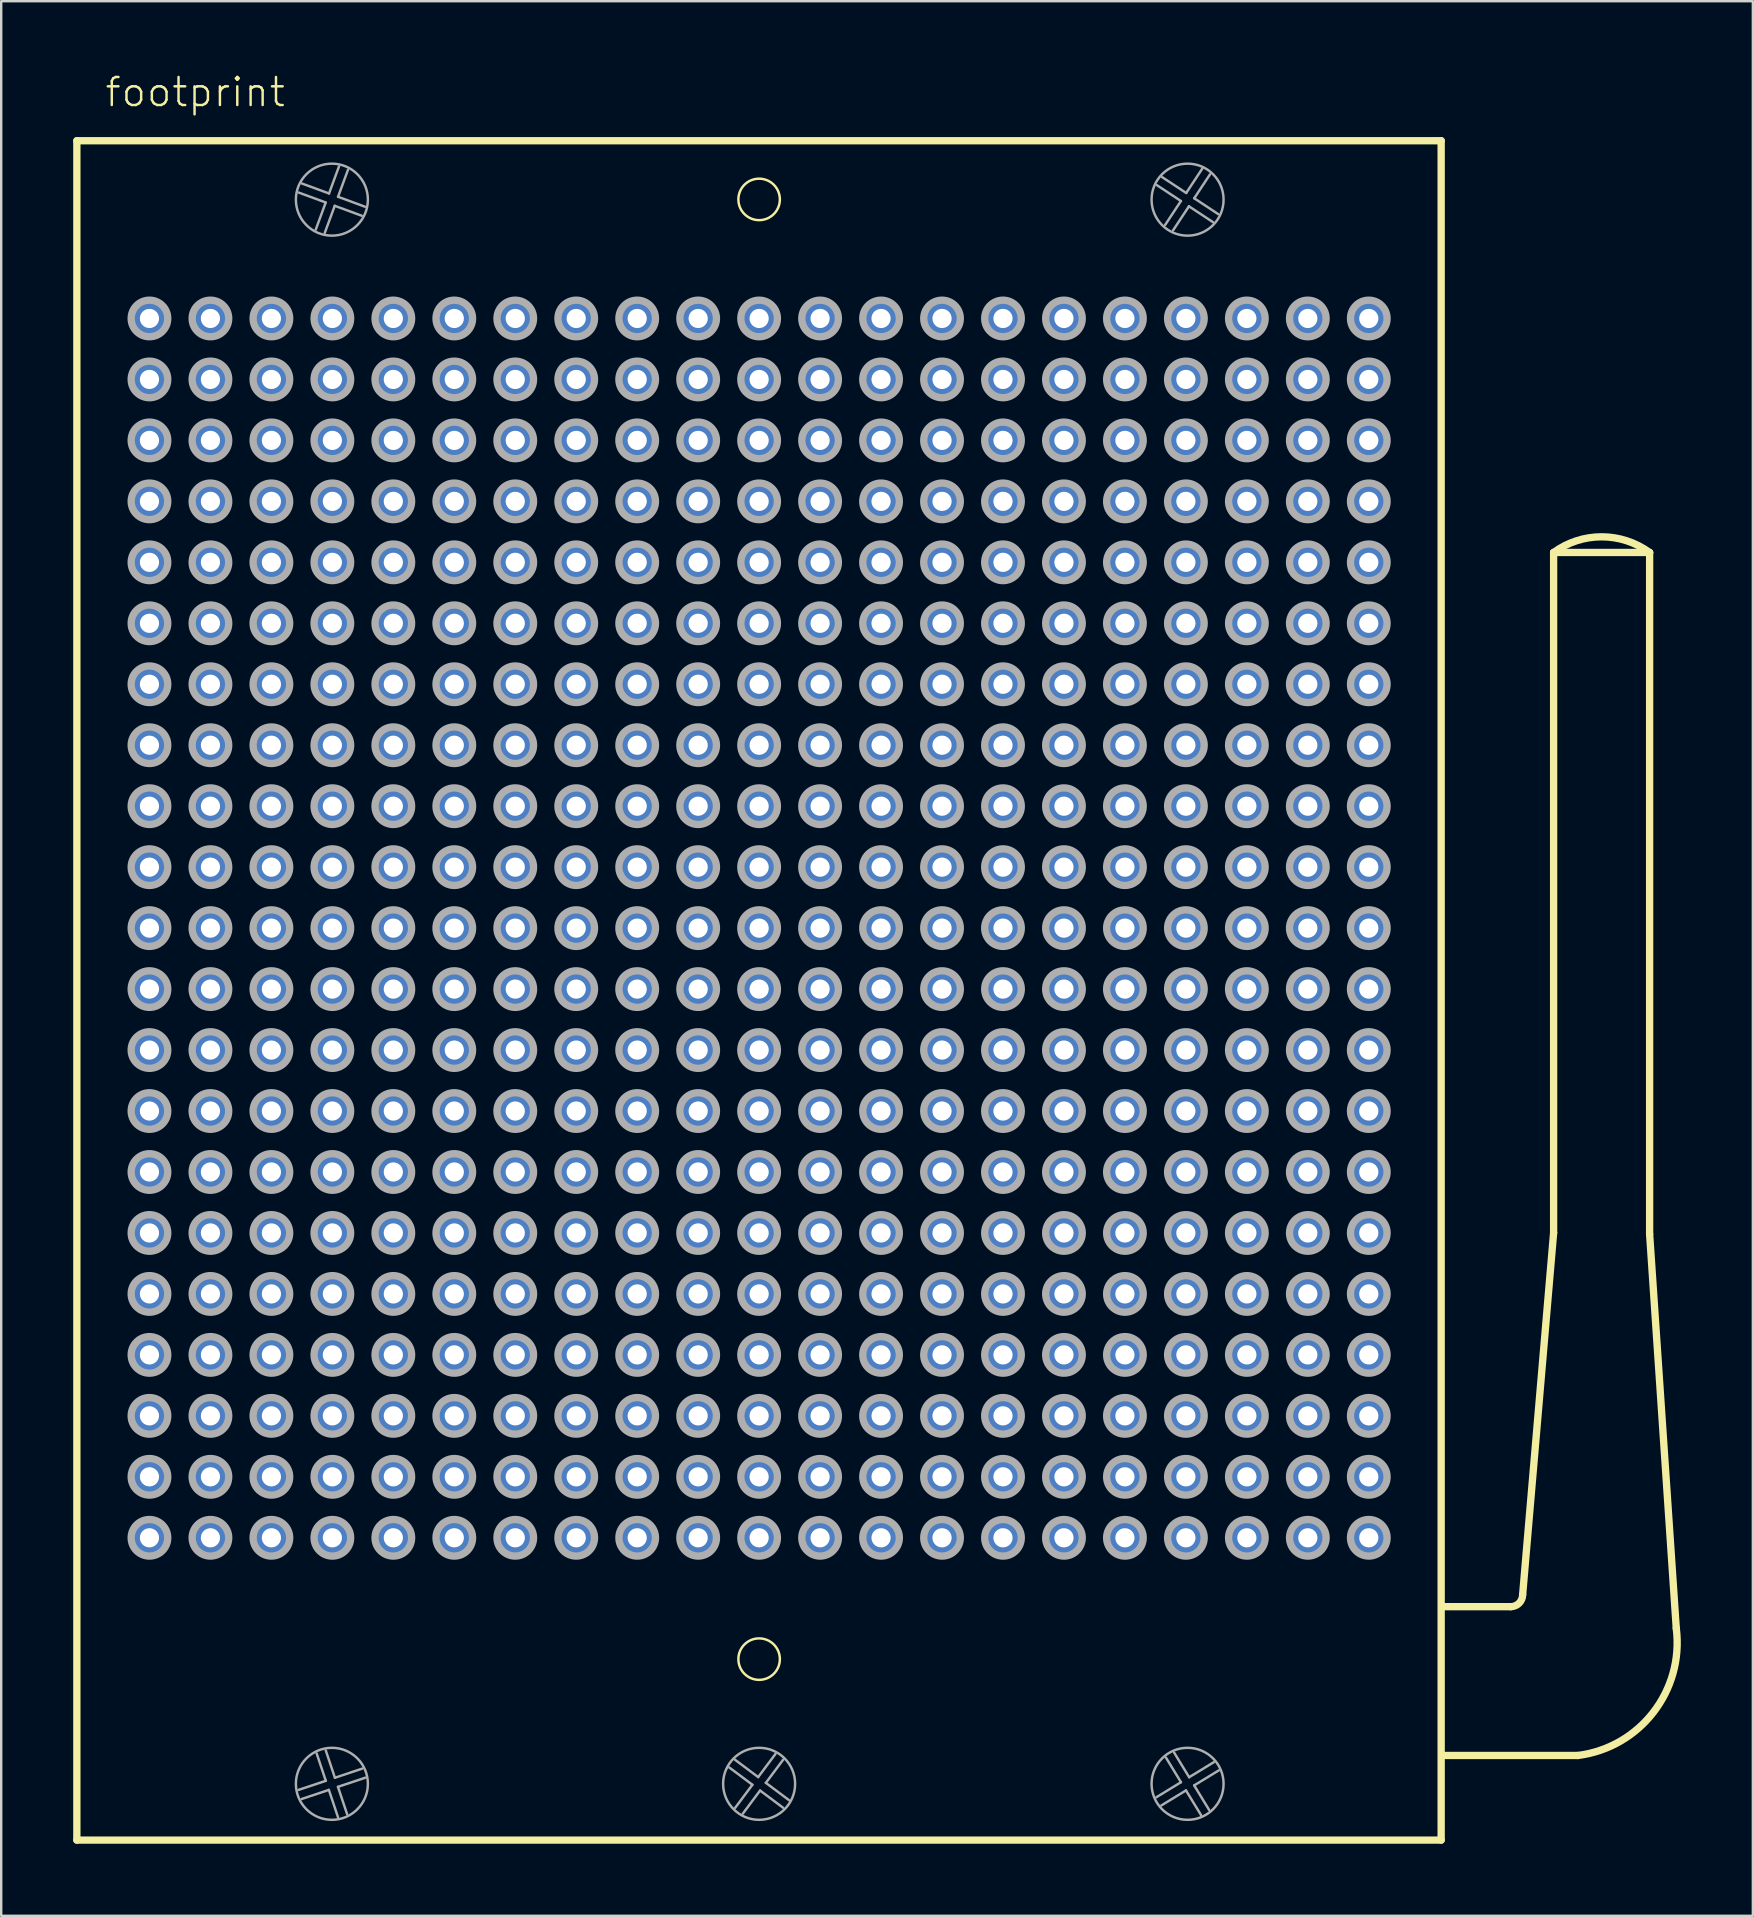
<source format=kicad_pcb>
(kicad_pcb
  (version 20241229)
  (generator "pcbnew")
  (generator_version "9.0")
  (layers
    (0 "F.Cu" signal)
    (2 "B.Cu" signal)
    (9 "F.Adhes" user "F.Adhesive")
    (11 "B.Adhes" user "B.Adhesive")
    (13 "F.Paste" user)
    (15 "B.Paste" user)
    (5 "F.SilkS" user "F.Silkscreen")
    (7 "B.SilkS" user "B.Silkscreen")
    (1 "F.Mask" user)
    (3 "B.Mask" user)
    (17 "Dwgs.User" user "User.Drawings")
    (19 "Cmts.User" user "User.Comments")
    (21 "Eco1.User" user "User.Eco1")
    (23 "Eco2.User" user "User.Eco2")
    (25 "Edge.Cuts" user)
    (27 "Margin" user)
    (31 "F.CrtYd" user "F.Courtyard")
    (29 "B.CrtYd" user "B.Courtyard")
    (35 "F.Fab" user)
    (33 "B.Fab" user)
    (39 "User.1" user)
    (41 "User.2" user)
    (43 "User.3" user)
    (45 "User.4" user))
  (footprint "footprint"
    (layer "F.Cu")
    (at 28.577 35.618)
    (property "Reference" "footprint" (at -27.315 -34.145 0) (layer "F.SilkS") (effects (font (size 1.168 1.168) (thickness 0.102)) (justify left bottom)))
    (fp_line (start -28.425 -32.805) (end 28.415 -32.805) (stroke (width 0.305) (type solid)) (layer "F.SilkS"))
    (fp_line (start -28.425 37.995) (end -28.425 -32.805) (stroke (width 0.305) (type solid)) (layer "F.SilkS"))
    (fp_line (start 28.415 -32.805) (end 28.415 37.995) (stroke (width 0.305) (type solid)) (layer "F.SilkS"))
    (fp_line (start 28.415 37.995) (end -28.425 37.995) (stroke (width 0.305) (type solid)) (layer "F.SilkS"))
    (fp_line (start 31.31 28.27) (end 28.546 28.27) (stroke (width 0.305) (type solid)) (layer "F.SilkS"))
    (fp_line (start 31.81 27.77) (end 33.1 12.7) (stroke (width 0.305) (type solid)) (layer "F.SilkS"))
    (fp_line (start 33.1 -15.65) (end 37.1 -15.65) (stroke (width 0.305) (type solid)) (layer "F.SilkS"))
    (fp_line (start 33.1 12.7) (end 33.1 -15.65) (stroke (width 0.305) (type solid)) (layer "F.SilkS"))
    (fp_line (start 34.11 34.47) (end 28.446 34.47) (stroke (width 0.305) (type solid)) (layer "F.SilkS"))
    (fp_line (start 37.1 -15.65) (end 37.1 12.75) (stroke (width 0.305) (type solid)) (layer "F.SilkS"))
    (fp_line (start 37.1 12.75) (end 38.21 29.17) (stroke (width 0.305) (type solid)) (layer "F.SilkS"))
    (fp_arc (start 31.81 27.77) (mid 31.663553 28.123553) (end 31.31 28.27) (stroke (width 0.3048) (type solid)) (layer "F.SilkS"))
    (fp_arc (start 33.1 -15.65) (mid 35.100001 -16.303325) (end 37.100001 -15.649999) (stroke (width 0.3048) (type solid)) (layer "F.SilkS"))
    (fp_arc (start 38.21 29.17) (mid 37.257666 32.669138) (end 34.11 34.47) (stroke (width 0.3048) (type solid)) (layer "F.SilkS"))
    (fp_circle (center 0 -30.36) (end 0.864 -30.36) (stroke (width 0.102) (type solid)) (fill no) (layer "F.SilkS"))
    (fp_circle (center 0 30.455) (end 0.864 30.455) (stroke (width 0.102) (type solid)) (fill no) (layer "F.SilkS"))
    (fp_line (start -19.191 35.904) (end -18.053 35.524) (stroke (width 0.102) (type solid)) (layer "F.Fab"))
    (fp_line (start -19.045 -31.021) (end -17.919 -30.607) (stroke (width 0.102) (type solid)) (layer "F.Fab"))
    (fp_line (start -18.471 -29.105) (end -18.057 -30.231) (stroke (width 0.102) (type solid)) (layer "F.Fab"))
    (fp_line (start -18.057 -30.231) (end -19.183 -30.646) (stroke (width 0.102) (type solid)) (layer "F.Fab"))
    (fp_line (start -18.055 34.259) (end -17.674 35.397) (stroke (width 0.102) (type solid)) (layer "F.Fab"))
    (fp_line (start -18.053 35.524) (end -18.434 34.386) (stroke (width 0.102) (type solid)) (layer "F.Fab"))
    (fp_line (start -17.926 35.903) (end -19.064 36.284) (stroke (width 0.102) (type solid)) (layer "F.Fab"))
    (fp_line (start -17.919 -30.607) (end -17.504 -31.733) (stroke (width 0.102) (type solid)) (layer "F.Fab"))
    (fp_line (start -17.681 -30.093) (end -18.096 -28.967) (stroke (width 0.102) (type solid)) (layer "F.Fab"))
    (fp_line (start -17.674 35.397) (end -16.536 35.016) (stroke (width 0.102) (type solid)) (layer "F.Fab"))
    (fp_line (start -17.547 35.776) (end -17.166 36.914) (stroke (width 0.102) (type solid)) (layer "F.Fab"))
    (fp_line (start -17.545 37.041) (end -17.926 35.903) (stroke (width 0.102) (type solid)) (layer "F.Fab"))
    (fp_line (start -17.543 -30.469) (end -16.417 -30.054) (stroke (width 0.102) (type solid)) (layer "F.Fab"))
    (fp_line (start -17.129 -31.595) (end -17.543 -30.469) (stroke (width 0.102) (type solid)) (layer "F.Fab"))
    (fp_line (start -16.555 -29.679) (end -17.681 -30.093) (stroke (width 0.102) (type solid)) (layer "F.Fab"))
    (fp_line (start -16.409 35.395) (end -17.547 35.776) (stroke (width 0.102) (type solid)) (layer "F.Fab"))
    (fp_line (start -1.001 34.651) (end -0.04 35.37) (stroke (width 0.102) (type solid)) (layer "F.Fab"))
    (fp_line (start -0.999 36.651) (end -0.28 35.69) (stroke (width 0.102) (type solid)) (layer "F.Fab"))
    (fp_line (start -0.28 35.69) (end -1.241 34.971) (stroke (width 0.102) (type solid)) (layer "F.Fab"))
    (fp_line (start -0.04 35.37) (end 0.678 34.409) (stroke (width 0.102) (type solid)) (layer "F.Fab"))
    (fp_line (start 0.04 35.93) (end -0.678 36.891) (stroke (width 0.102) (type solid)) (layer "F.Fab"))
    (fp_line (start 0.28 35.61) (end 1.241 36.328) (stroke (width 0.102) (type solid)) (layer "F.Fab"))
    (fp_line (start 0.999 34.649) (end 0.28 35.61) (stroke (width 0.102) (type solid)) (layer "F.Fab"))
    (fp_line (start 1.001 36.649) (end 0.04 35.93) (stroke (width 0.102) (type solid)) (layer "F.Fab"))
    (fp_line (start 16.551 36.209) (end 17.575 35.583) (stroke (width 0.102) (type solid)) (layer "F.Fab"))
    (fp_line (start 16.791 -31.288) (end 17.793 -30.627) (stroke (width 0.102) (type solid)) (layer "F.Fab"))
    (fp_line (start 16.912 -29.291) (end 17.573 -30.293) (stroke (width 0.102) (type solid)) (layer "F.Fab"))
    (fp_line (start 17.291 34.351) (end 17.916 35.375) (stroke (width 0.102) (type solid)) (layer "F.Fab"))
    (fp_line (start 17.573 -30.293) (end 16.571 -30.954) (stroke (width 0.102) (type solid)) (layer "F.Fab"))
    (fp_line (start 17.575 35.583) (end 16.95 34.559) (stroke (width 0.102) (type solid)) (layer "F.Fab"))
    (fp_line (start 17.783 35.925) (end 16.759 36.55) (stroke (width 0.102) (type solid)) (layer "F.Fab"))
    (fp_line (start 17.793 -30.627) (end 18.454 -31.629) (stroke (width 0.102) (type solid)) (layer "F.Fab"))
    (fp_line (start 17.907 -30.073) (end 17.246 -29.071) (stroke (width 0.102) (type solid)) (layer "F.Fab"))
    (fp_line (start 17.916 35.375) (end 18.941 34.75) (stroke (width 0.102) (type solid)) (layer "F.Fab"))
    (fp_line (start 18.125 35.716) (end 18.75 36.741) (stroke (width 0.102) (type solid)) (layer "F.Fab"))
    (fp_line (start 18.127 -30.407) (end 19.129 -29.746) (stroke (width 0.102) (type solid)) (layer "F.Fab"))
    (fp_line (start 18.409 36.949) (end 17.783 35.925) (stroke (width 0.102) (type solid)) (layer "F.Fab"))
    (fp_line (start 18.788 -31.409) (end 18.127 -30.407) (stroke (width 0.102) (type solid)) (layer "F.Fab"))
    (fp_line (start 18.909 -29.412) (end 17.907 -30.073) (stroke (width 0.102) (type solid)) (layer "F.Fab"))
    (fp_line (start 19.149 35.091) (end 18.125 35.716) (stroke (width 0.102) (type solid)) (layer "F.Fab"))
    (fp_circle (center -25.4 -25.4) (end -24.638 -25.4) (stroke (width 0.305) (type solid)) (fill no) (layer "F.Fab"))
    (fp_circle (center -25.4 -22.86) (end -24.638 -22.86) (stroke (width 0.305) (type solid)) (fill no) (layer "F.Fab"))
    (fp_circle (center -25.4 -20.32) (end -24.638 -20.32) (stroke (width 0.305) (type solid)) (fill no) (layer "F.Fab"))
    (fp_circle (center -25.4 -17.78) (end -24.638 -17.78) (stroke (width 0.305) (type solid)) (fill no) (layer "F.Fab"))
    (fp_circle (center -25.4 -15.24) (end -24.638 -15.24) (stroke (width 0.305) (type solid)) (fill no) (layer "F.Fab"))
    (fp_circle (center -25.4 -12.7) (end -24.638 -12.7) (stroke (width 0.305) (type solid)) (fill no) (layer "F.Fab"))
    (fp_circle (center -25.4 -10.16) (end -24.638 -10.16) (stroke (width 0.305) (type solid)) (fill no) (layer "F.Fab"))
    (fp_circle (center -25.4 -7.62) (end -24.638 -7.62) (stroke (width 0.305) (type solid)) (fill no) (layer "F.Fab"))
    (fp_circle (center -25.4 -5.08) (end -24.638 -5.08) (stroke (width 0.305) (type solid)) (fill no) (layer "F.Fab"))
    (fp_circle (center -25.4 -2.54) (end -24.638 -2.54) (stroke (width 0.305) (type solid)) (fill no) (layer "F.Fab"))
    (fp_circle (center -25.4 0) (end -24.638 0) (stroke (width 0.305) (type solid)) (fill no) (layer "F.Fab"))
    (fp_circle (center -25.4 2.54) (end -24.638 2.54) (stroke (width 0.305) (type solid)) (fill no) (layer "F.Fab"))
    (fp_circle (center -25.4 5.08) (end -24.638 5.08) (stroke (width 0.305) (type solid)) (fill no) (layer "F.Fab"))
    (fp_circle (center -25.4 7.62) (end -24.638 7.62) (stroke (width 0.305) (type solid)) (fill no) (layer "F.Fab"))
    (fp_circle (center -25.4 10.16) (end -24.638 10.16) (stroke (width 0.305) (type solid)) (fill no) (layer "F.Fab"))
    (fp_circle (center -25.4 12.7) (end -24.638 12.7) (stroke (width 0.305) (type solid)) (fill no) (layer "F.Fab"))
    (fp_circle (center -25.4 15.24) (end -24.638 15.24) (stroke (width 0.305) (type solid)) (fill no) (layer "F.Fab"))
    (fp_circle (center -25.4 17.78) (end -24.638 17.78) (stroke (width 0.305) (type solid)) (fill no) (layer "F.Fab"))
    (fp_circle (center -25.4 20.32) (end -24.638 20.32) (stroke (width 0.305) (type solid)) (fill no) (layer "F.Fab"))
    (fp_circle (center -25.4 22.86) (end -24.638 22.86) (stroke (width 0.305) (type solid)) (fill no) (layer "F.Fab"))
    (fp_circle (center -25.4 25.4) (end -24.638 25.4) (stroke (width 0.305) (type solid)) (fill no) (layer "F.Fab"))
    (fp_circle (center -22.86 -25.4) (end -22.098 -25.4) (stroke (width 0.305) (type solid)) (fill no) (layer "F.Fab"))
    (fp_circle (center -22.86 -22.86) (end -22.098 -22.86) (stroke (width 0.305) (type solid)) (fill no) (layer "F.Fab"))
    (fp_circle (center -22.86 -20.32) (end -22.098 -20.32) (stroke (width 0.305) (type solid)) (fill no) (layer "F.Fab"))
    (fp_circle (center -22.86 -17.78) (end -22.098 -17.78) (stroke (width 0.305) (type solid)) (fill no) (layer "F.Fab"))
    (fp_circle (center -22.86 -15.24) (end -22.098 -15.24) (stroke (width 0.305) (type solid)) (fill no) (layer "F.Fab"))
    (fp_circle (center -22.86 -12.7) (end -22.098 -12.7) (stroke (width 0.305) (type solid)) (fill no) (layer "F.Fab"))
    (fp_circle (center -22.86 -10.16) (end -22.098 -10.16) (stroke (width 0.305) (type solid)) (fill no) (layer "F.Fab"))
    (fp_circle (center -22.86 -7.62) (end -22.098 -7.62) (stroke (width 0.305) (type solid)) (fill no) (layer "F.Fab"))
    (fp_circle (center -22.86 -5.08) (end -22.098 -5.08) (stroke (width 0.305) (type solid)) (fill no) (layer "F.Fab"))
    (fp_circle (center -22.86 -2.54) (end -22.098 -2.54) (stroke (width 0.305) (type solid)) (fill no) (layer "F.Fab"))
    (fp_circle (center -22.86 0) (end -22.098 0) (stroke (width 0.305) (type solid)) (fill no) (layer "F.Fab"))
    (fp_circle (center -22.86 2.54) (end -22.098 2.54) (stroke (width 0.305) (type solid)) (fill no) (layer "F.Fab"))
    (fp_circle (center -22.86 5.08) (end -22.098 5.08) (stroke (width 0.305) (type solid)) (fill no) (layer "F.Fab"))
    (fp_circle (center -22.86 7.62) (end -22.098 7.62) (stroke (width 0.305) (type solid)) (fill no) (layer "F.Fab"))
    (fp_circle (center -22.86 10.16) (end -22.098 10.16) (stroke (width 0.305) (type solid)) (fill no) (layer "F.Fab"))
    (fp_circle (center -22.86 12.7) (end -22.098 12.7) (stroke (width 0.305) (type solid)) (fill no) (layer "F.Fab"))
    (fp_circle (center -22.86 15.24) (end -22.098 15.24) (stroke (width 0.305) (type solid)) (fill no) (layer "F.Fab"))
    (fp_circle (center -22.86 17.78) (end -22.098 17.78) (stroke (width 0.305) (type solid)) (fill no) (layer "F.Fab"))
    (fp_circle (center -22.86 20.32) (end -22.098 20.32) (stroke (width 0.305) (type solid)) (fill no) (layer "F.Fab"))
    (fp_circle (center -22.86 22.86) (end -22.098 22.86) (stroke (width 0.305) (type solid)) (fill no) (layer "F.Fab"))
    (fp_circle (center -22.86 25.4) (end -22.098 25.4) (stroke (width 0.305) (type solid)) (fill no) (layer "F.Fab"))
    (fp_circle (center -20.32 -25.4) (end -19.558 -25.4) (stroke (width 0.305) (type solid)) (fill no) (layer "F.Fab"))
    (fp_circle (center -20.32 -22.86) (end -19.558 -22.86) (stroke (width 0.305) (type solid)) (fill no) (layer "F.Fab"))
    (fp_circle (center -20.32 -20.32) (end -19.558 -20.32) (stroke (width 0.305) (type solid)) (fill no) (layer "F.Fab"))
    (fp_circle (center -20.32 -17.78) (end -19.558 -17.78) (stroke (width 0.305) (type solid)) (fill no) (layer "F.Fab"))
    (fp_circle (center -20.32 -15.24) (end -19.558 -15.24) (stroke (width 0.305) (type solid)) (fill no) (layer "F.Fab"))
    (fp_circle (center -20.32 -12.7) (end -19.558 -12.7) (stroke (width 0.305) (type solid)) (fill no) (layer "F.Fab"))
    (fp_circle (center -20.32 -10.16) (end -19.558 -10.16) (stroke (width 0.305) (type solid)) (fill no) (layer "F.Fab"))
    (fp_circle (center -20.32 -7.62) (end -19.558 -7.62) (stroke (width 0.305) (type solid)) (fill no) (layer "F.Fab"))
    (fp_circle (center -20.32 -5.08) (end -19.558 -5.08) (stroke (width 0.305) (type solid)) (fill no) (layer "F.Fab"))
    (fp_circle (center -20.32 -2.54) (end -19.558 -2.54) (stroke (width 0.305) (type solid)) (fill no) (layer "F.Fab"))
    (fp_circle (center -20.32 0) (end -19.558 0) (stroke (width 0.305) (type solid)) (fill no) (layer "F.Fab"))
    (fp_circle (center -20.32 2.54) (end -19.558 2.54) (stroke (width 0.305) (type solid)) (fill no) (layer "F.Fab"))
    (fp_circle (center -20.32 5.08) (end -19.558 5.08) (stroke (width 0.305) (type solid)) (fill no) (layer "F.Fab"))
    (fp_circle (center -20.32 7.62) (end -19.558 7.62) (stroke (width 0.305) (type solid)) (fill no) (layer "F.Fab"))
    (fp_circle (center -20.32 10.16) (end -19.558 10.16) (stroke (width 0.305) (type solid)) (fill no) (layer "F.Fab"))
    (fp_circle (center -20.32 12.7) (end -19.558 12.7) (stroke (width 0.305) (type solid)) (fill no) (layer "F.Fab"))
    (fp_circle (center -20.32 15.24) (end -19.558 15.24) (stroke (width 0.305) (type solid)) (fill no) (layer "F.Fab"))
    (fp_circle (center -20.32 17.78) (end -19.558 17.78) (stroke (width 0.305) (type solid)) (fill no) (layer "F.Fab"))
    (fp_circle (center -20.32 20.32) (end -19.558 20.32) (stroke (width 0.305) (type solid)) (fill no) (layer "F.Fab"))
    (fp_circle (center -20.32 22.86) (end -19.558 22.86) (stroke (width 0.305) (type solid)) (fill no) (layer "F.Fab"))
    (fp_circle (center -20.32 25.4) (end -19.558 25.4) (stroke (width 0.305) (type solid)) (fill no) (layer "F.Fab"))
    (fp_circle (center -17.8 -30.35) (end -16.3 -30.35) (stroke (width 0.102) (type solid)) (fill no) (layer "F.Fab"))
    (fp_circle (center -17.8 35.65) (end -16.3 35.65) (stroke (width 0.102) (type solid)) (fill no) (layer "F.Fab"))
    (fp_circle (center -17.78 -25.4) (end -17.018 -25.4) (stroke (width 0.305) (type solid)) (fill no) (layer "F.Fab"))
    (fp_circle (center -17.78 -22.86) (end -17.018 -22.86) (stroke (width 0.305) (type solid)) (fill no) (layer "F.Fab"))
    (fp_circle (center -17.78 -20.32) (end -17.018 -20.32) (stroke (width 0.305) (type solid)) (fill no) (layer "F.Fab"))
    (fp_circle (center -17.78 -17.78) (end -17.018 -17.78) (stroke (width 0.305) (type solid)) (fill no) (layer "F.Fab"))
    (fp_circle (center -17.78 -15.24) (end -17.018 -15.24) (stroke (width 0.305) (type solid)) (fill no) (layer "F.Fab"))
    (fp_circle (center -17.78 -12.7) (end -17.018 -12.7) (stroke (width 0.305) (type solid)) (fill no) (layer "F.Fab"))
    (fp_circle (center -17.78 -10.16) (end -17.018 -10.16) (stroke (width 0.305) (type solid)) (fill no) (layer "F.Fab"))
    (fp_circle (center -17.78 -7.62) (end -17.018 -7.62) (stroke (width 0.305) (type solid)) (fill no) (layer "F.Fab"))
    (fp_circle (center -17.78 -5.08) (end -17.018 -5.08) (stroke (width 0.305) (type solid)) (fill no) (layer "F.Fab"))
    (fp_circle (center -17.78 -2.54) (end -17.018 -2.54) (stroke (width 0.305) (type solid)) (fill no) (layer "F.Fab"))
    (fp_circle (center -17.78 0) (end -17.018 0) (stroke (width 0.305) (type solid)) (fill no) (layer "F.Fab"))
    (fp_circle (center -17.78 2.54) (end -17.018 2.54) (stroke (width 0.305) (type solid)) (fill no) (layer "F.Fab"))
    (fp_circle (center -17.78 5.08) (end -17.018 5.08) (stroke (width 0.305) (type solid)) (fill no) (layer "F.Fab"))
    (fp_circle (center -17.78 7.62) (end -17.018 7.62) (stroke (width 0.305) (type solid)) (fill no) (layer "F.Fab"))
    (fp_circle (center -17.78 10.16) (end -17.018 10.16) (stroke (width 0.305) (type solid)) (fill no) (layer "F.Fab"))
    (fp_circle (center -17.78 12.7) (end -17.018 12.7) (stroke (width 0.305) (type solid)) (fill no) (layer "F.Fab"))
    (fp_circle (center -17.78 15.24) (end -17.018 15.24) (stroke (width 0.305) (type solid)) (fill no) (layer "F.Fab"))
    (fp_circle (center -17.78 17.78) (end -17.018 17.78) (stroke (width 0.305) (type solid)) (fill no) (layer "F.Fab"))
    (fp_circle (center -17.78 20.32) (end -17.018 20.32) (stroke (width 0.305) (type solid)) (fill no) (layer "F.Fab"))
    (fp_circle (center -17.78 22.86) (end -17.018 22.86) (stroke (width 0.305) (type solid)) (fill no) (layer "F.Fab"))
    (fp_circle (center -17.78 25.4) (end -17.018 25.4) (stroke (width 0.305) (type solid)) (fill no) (layer "F.Fab"))
    (fp_circle (center -15.24 -25.4) (end -14.478 -25.4) (stroke (width 0.305) (type solid)) (fill no) (layer "F.Fab"))
    (fp_circle (center -15.24 -22.86) (end -14.478 -22.86) (stroke (width 0.305) (type solid)) (fill no) (layer "F.Fab"))
    (fp_circle (center -15.24 -20.32) (end -14.478 -20.32) (stroke (width 0.305) (type solid)) (fill no) (layer "F.Fab"))
    (fp_circle (center -15.24 -17.78) (end -14.478 -17.78) (stroke (width 0.305) (type solid)) (fill no) (layer "F.Fab"))
    (fp_circle (center -15.24 -15.24) (end -14.478 -15.24) (stroke (width 0.305) (type solid)) (fill no) (layer "F.Fab"))
    (fp_circle (center -15.24 -12.7) (end -14.478 -12.7) (stroke (width 0.305) (type solid)) (fill no) (layer "F.Fab"))
    (fp_circle (center -15.24 -10.16) (end -14.478 -10.16) (stroke (width 0.305) (type solid)) (fill no) (layer "F.Fab"))
    (fp_circle (center -15.24 -7.62) (end -14.478 -7.62) (stroke (width 0.305) (type solid)) (fill no) (layer "F.Fab"))
    (fp_circle (center -15.24 -5.08) (end -14.478 -5.08) (stroke (width 0.305) (type solid)) (fill no) (layer "F.Fab"))
    (fp_circle (center -15.24 -2.54) (end -14.478 -2.54) (stroke (width 0.305) (type solid)) (fill no) (layer "F.Fab"))
    (fp_circle (center -15.24 0) (end -14.478 0) (stroke (width 0.305) (type solid)) (fill no) (layer "F.Fab"))
    (fp_circle (center -15.24 2.54) (end -14.478 2.54) (stroke (width 0.305) (type solid)) (fill no) (layer "F.Fab"))
    (fp_circle (center -15.24 5.08) (end -14.478 5.08) (stroke (width 0.305) (type solid)) (fill no) (layer "F.Fab"))
    (fp_circle (center -15.24 7.62) (end -14.478 7.62) (stroke (width 0.305) (type solid)) (fill no) (layer "F.Fab"))
    (fp_circle (center -15.24 10.16) (end -14.478 10.16) (stroke (width 0.305) (type solid)) (fill no) (layer "F.Fab"))
    (fp_circle (center -15.24 12.7) (end -14.478 12.7) (stroke (width 0.305) (type solid)) (fill no) (layer "F.Fab"))
    (fp_circle (center -15.24 15.24) (end -14.478 15.24) (stroke (width 0.305) (type solid)) (fill no) (layer "F.Fab"))
    (fp_circle (center -15.24 17.78) (end -14.478 17.78) (stroke (width 0.305) (type solid)) (fill no) (layer "F.Fab"))
    (fp_circle (center -15.24 20.32) (end -14.478 20.32) (stroke (width 0.305) (type solid)) (fill no) (layer "F.Fab"))
    (fp_circle (center -15.24 22.86) (end -14.478 22.86) (stroke (width 0.305) (type solid)) (fill no) (layer "F.Fab"))
    (fp_circle (center -15.24 25.4) (end -14.478 25.4) (stroke (width 0.305) (type solid)) (fill no) (layer "F.Fab"))
    (fp_circle (center -12.7 -25.4) (end -11.938 -25.4) (stroke (width 0.305) (type solid)) (fill no) (layer "F.Fab"))
    (fp_circle (center -12.7 -22.86) (end -11.938 -22.86) (stroke (width 0.305) (type solid)) (fill no) (layer "F.Fab"))
    (fp_circle (center -12.7 -20.32) (end -11.938 -20.32) (stroke (width 0.305) (type solid)) (fill no) (layer "F.Fab"))
    (fp_circle (center -12.7 -17.78) (end -11.938 -17.78) (stroke (width 0.305) (type solid)) (fill no) (layer "F.Fab"))
    (fp_circle (center -12.7 -15.24) (end -11.938 -15.24) (stroke (width 0.305) (type solid)) (fill no) (layer "F.Fab"))
    (fp_circle (center -12.7 -12.7) (end -11.938 -12.7) (stroke (width 0.305) (type solid)) (fill no) (layer "F.Fab"))
    (fp_circle (center -12.7 -10.16) (end -11.938 -10.16) (stroke (width 0.305) (type solid)) (fill no) (layer "F.Fab"))
    (fp_circle (center -12.7 -7.62) (end -11.938 -7.62) (stroke (width 0.305) (type solid)) (fill no) (layer "F.Fab"))
    (fp_circle (center -12.7 -5.08) (end -11.938 -5.08) (stroke (width 0.305) (type solid)) (fill no) (layer "F.Fab"))
    (fp_circle (center -12.7 -2.54) (end -11.938 -2.54) (stroke (width 0.305) (type solid)) (fill no) (layer "F.Fab"))
    (fp_circle (center -12.7 0) (end -11.938 0) (stroke (width 0.305) (type solid)) (fill no) (layer "F.Fab"))
    (fp_circle (center -12.7 2.54) (end -11.938 2.54) (stroke (width 0.305) (type solid)) (fill no) (layer "F.Fab"))
    (fp_circle (center -12.7 5.08) (end -11.938 5.08) (stroke (width 0.305) (type solid)) (fill no) (layer "F.Fab"))
    (fp_circle (center -12.7 7.62) (end -11.938 7.62) (stroke (width 0.305) (type solid)) (fill no) (layer "F.Fab"))
    (fp_circle (center -12.7 10.16) (end -11.938 10.16) (stroke (width 0.305) (type solid)) (fill no) (layer "F.Fab"))
    (fp_circle (center -12.7 12.7) (end -11.938 12.7) (stroke (width 0.305) (type solid)) (fill no) (layer "F.Fab"))
    (fp_circle (center -12.7 15.24) (end -11.938 15.24) (stroke (width 0.305) (type solid)) (fill no) (layer "F.Fab"))
    (fp_circle (center -12.7 17.78) (end -11.938 17.78) (stroke (width 0.305) (type solid)) (fill no) (layer "F.Fab"))
    (fp_circle (center -12.7 20.32) (end -11.938 20.32) (stroke (width 0.305) (type solid)) (fill no) (layer "F.Fab"))
    (fp_circle (center -12.7 22.86) (end -11.938 22.86) (stroke (width 0.305) (type solid)) (fill no) (layer "F.Fab"))
    (fp_circle (center -12.7 25.4) (end -11.938 25.4) (stroke (width 0.305) (type solid)) (fill no) (layer "F.Fab"))
    (fp_circle (center -10.16 -25.4) (end -9.398 -25.4) (stroke (width 0.305) (type solid)) (fill no) (layer "F.Fab"))
    (fp_circle (center -10.16 -22.86) (end -9.398 -22.86) (stroke (width 0.305) (type solid)) (fill no) (layer "F.Fab"))
    (fp_circle (center -10.16 -20.32) (end -9.398 -20.32) (stroke (width 0.305) (type solid)) (fill no) (layer "F.Fab"))
    (fp_circle (center -10.16 -17.78) (end -9.398 -17.78) (stroke (width 0.305) (type solid)) (fill no) (layer "F.Fab"))
    (fp_circle (center -10.16 -15.24) (end -9.398 -15.24) (stroke (width 0.305) (type solid)) (fill no) (layer "F.Fab"))
    (fp_circle (center -10.16 -12.7) (end -9.398 -12.7) (stroke (width 0.305) (type solid)) (fill no) (layer "F.Fab"))
    (fp_circle (center -10.16 -10.16) (end -9.398 -10.16) (stroke (width 0.305) (type solid)) (fill no) (layer "F.Fab"))
    (fp_circle (center -10.16 -7.62) (end -9.398 -7.62) (stroke (width 0.305) (type solid)) (fill no) (layer "F.Fab"))
    (fp_circle (center -10.16 -5.08) (end -9.398 -5.08) (stroke (width 0.305) (type solid)) (fill no) (layer "F.Fab"))
    (fp_circle (center -10.16 -2.54) (end -9.398 -2.54) (stroke (width 0.305) (type solid)) (fill no) (layer "F.Fab"))
    (fp_circle (center -10.16 0) (end -9.398 0) (stroke (width 0.305) (type solid)) (fill no) (layer "F.Fab"))
    (fp_circle (center -10.16 2.54) (end -9.398 2.54) (stroke (width 0.305) (type solid)) (fill no) (layer "F.Fab"))
    (fp_circle (center -10.16 5.08) (end -9.398 5.08) (stroke (width 0.305) (type solid)) (fill no) (layer "F.Fab"))
    (fp_circle (center -10.16 7.62) (end -9.398 7.62) (stroke (width 0.305) (type solid)) (fill no) (layer "F.Fab"))
    (fp_circle (center -10.16 10.16) (end -9.398 10.16) (stroke (width 0.305) (type solid)) (fill no) (layer "F.Fab"))
    (fp_circle (center -10.16 12.7) (end -9.398 12.7) (stroke (width 0.305) (type solid)) (fill no) (layer "F.Fab"))
    (fp_circle (center -10.16 15.24) (end -9.398 15.24) (stroke (width 0.305) (type solid)) (fill no) (layer "F.Fab"))
    (fp_circle (center -10.16 17.78) (end -9.398 17.78) (stroke (width 0.305) (type solid)) (fill no) (layer "F.Fab"))
    (fp_circle (center -10.16 20.32) (end -9.398 20.32) (stroke (width 0.305) (type solid)) (fill no) (layer "F.Fab"))
    (fp_circle (center -10.16 22.86) (end -9.398 22.86) (stroke (width 0.305) (type solid)) (fill no) (layer "F.Fab"))
    (fp_circle (center -10.16 25.4) (end -9.398 25.4) (stroke (width 0.305) (type solid)) (fill no) (layer "F.Fab"))
    (fp_circle (center -7.62 -25.4) (end -6.858 -25.4) (stroke (width 0.305) (type solid)) (fill no) (layer "F.Fab"))
    (fp_circle (center -7.62 -22.86) (end -6.858 -22.86) (stroke (width 0.305) (type solid)) (fill no) (layer "F.Fab"))
    (fp_circle (center -7.62 -20.32) (end -6.858 -20.32) (stroke (width 0.305) (type solid)) (fill no) (layer "F.Fab"))
    (fp_circle (center -7.62 -17.78) (end -6.858 -17.78) (stroke (width 0.305) (type solid)) (fill no) (layer "F.Fab"))
    (fp_circle (center -7.62 -15.24) (end -6.858 -15.24) (stroke (width 0.305) (type solid)) (fill no) (layer "F.Fab"))
    (fp_circle (center -7.62 -12.7) (end -6.858 -12.7) (stroke (width 0.305) (type solid)) (fill no) (layer "F.Fab"))
    (fp_circle (center -7.62 -10.16) (end -6.858 -10.16) (stroke (width 0.305) (type solid)) (fill no) (layer "F.Fab"))
    (fp_circle (center -7.62 -7.62) (end -6.858 -7.62) (stroke (width 0.305) (type solid)) (fill no) (layer "F.Fab"))
    (fp_circle (center -7.62 -5.08) (end -6.858 -5.08) (stroke (width 0.305) (type solid)) (fill no) (layer "F.Fab"))
    (fp_circle (center -7.62 -2.54) (end -6.858 -2.54) (stroke (width 0.305) (type solid)) (fill no) (layer "F.Fab"))
    (fp_circle (center -7.62 0) (end -6.858 0) (stroke (width 0.305) (type solid)) (fill no) (layer "F.Fab"))
    (fp_circle (center -7.62 2.54) (end -6.858 2.54) (stroke (width 0.305) (type solid)) (fill no) (layer "F.Fab"))
    (fp_circle (center -7.62 5.08) (end -6.858 5.08) (stroke (width 0.305) (type solid)) (fill no) (layer "F.Fab"))
    (fp_circle (center -7.62 7.62) (end -6.858 7.62) (stroke (width 0.305) (type solid)) (fill no) (layer "F.Fab"))
    (fp_circle (center -7.62 10.16) (end -6.858 10.16) (stroke (width 0.305) (type solid)) (fill no) (layer "F.Fab"))
    (fp_circle (center -7.62 12.7) (end -6.858 12.7) (stroke (width 0.305) (type solid)) (fill no) (layer "F.Fab"))
    (fp_circle (center -7.62 15.24) (end -6.858 15.24) (stroke (width 0.305) (type solid)) (fill no) (layer "F.Fab"))
    (fp_circle (center -7.62 17.78) (end -6.858 17.78) (stroke (width 0.305) (type solid)) (fill no) (layer "F.Fab"))
    (fp_circle (center -7.62 20.32) (end -6.858 20.32) (stroke (width 0.305) (type solid)) (fill no) (layer "F.Fab"))
    (fp_circle (center -7.62 22.86) (end -6.858 22.86) (stroke (width 0.305) (type solid)) (fill no) (layer "F.Fab"))
    (fp_circle (center -7.62 25.4) (end -6.858 25.4) (stroke (width 0.305) (type solid)) (fill no) (layer "F.Fab"))
    (fp_circle (center -5.08 -25.4) (end -4.318 -25.4) (stroke (width 0.305) (type solid)) (fill no) (layer "F.Fab"))
    (fp_circle (center -5.08 -22.86) (end -4.318 -22.86) (stroke (width 0.305) (type solid)) (fill no) (layer "F.Fab"))
    (fp_circle (center -5.08 -20.32) (end -4.318 -20.32) (stroke (width 0.305) (type solid)) (fill no) (layer "F.Fab"))
    (fp_circle (center -5.08 -17.78) (end -4.318 -17.78) (stroke (width 0.305) (type solid)) (fill no) (layer "F.Fab"))
    (fp_circle (center -5.08 -15.24) (end -4.318 -15.24) (stroke (width 0.305) (type solid)) (fill no) (layer "F.Fab"))
    (fp_circle (center -5.08 -12.7) (end -4.318 -12.7) (stroke (width 0.305) (type solid)) (fill no) (layer "F.Fab"))
    (fp_circle (center -5.08 -10.16) (end -4.318 -10.16) (stroke (width 0.305) (type solid)) (fill no) (layer "F.Fab"))
    (fp_circle (center -5.08 -7.62) (end -4.318 -7.62) (stroke (width 0.305) (type solid)) (fill no) (layer "F.Fab"))
    (fp_circle (center -5.08 -5.08) (end -4.318 -5.08) (stroke (width 0.305) (type solid)) (fill no) (layer "F.Fab"))
    (fp_circle (center -5.08 -2.54) (end -4.318 -2.54) (stroke (width 0.305) (type solid)) (fill no) (layer "F.Fab"))
    (fp_circle (center -5.08 0) (end -4.318 0) (stroke (width 0.305) (type solid)) (fill no) (layer "F.Fab"))
    (fp_circle (center -5.08 2.54) (end -4.318 2.54) (stroke (width 0.305) (type solid)) (fill no) (layer "F.Fab"))
    (fp_circle (center -5.08 5.08) (end -4.318 5.08) (stroke (width 0.305) (type solid)) (fill no) (layer "F.Fab"))
    (fp_circle (center -5.08 7.62) (end -4.318 7.62) (stroke (width 0.305) (type solid)) (fill no) (layer "F.Fab"))
    (fp_circle (center -5.08 10.16) (end -4.318 10.16) (stroke (width 0.305) (type solid)) (fill no) (layer "F.Fab"))
    (fp_circle (center -5.08 12.7) (end -4.318 12.7) (stroke (width 0.305) (type solid)) (fill no) (layer "F.Fab"))
    (fp_circle (center -5.08 15.24) (end -4.318 15.24) (stroke (width 0.305) (type solid)) (fill no) (layer "F.Fab"))
    (fp_circle (center -5.08 17.78) (end -4.318 17.78) (stroke (width 0.305) (type solid)) (fill no) (layer "F.Fab"))
    (fp_circle (center -5.08 20.32) (end -4.318 20.32) (stroke (width 0.305) (type solid)) (fill no) (layer "F.Fab"))
    (fp_circle (center -5.08 22.86) (end -4.318 22.86) (stroke (width 0.305) (type solid)) (fill no) (layer "F.Fab"))
    (fp_circle (center -5.08 25.4) (end -4.318 25.4) (stroke (width 0.305) (type solid)) (fill no) (layer "F.Fab"))
    (fp_circle (center -2.54 -25.4) (end -1.778 -25.4) (stroke (width 0.305) (type solid)) (fill no) (layer "F.Fab"))
    (fp_circle (center -2.54 -22.86) (end -1.778 -22.86) (stroke (width 0.305) (type solid)) (fill no) (layer "F.Fab"))
    (fp_circle (center -2.54 -20.32) (end -1.778 -20.32) (stroke (width 0.305) (type solid)) (fill no) (layer "F.Fab"))
    (fp_circle (center -2.54 -17.78) (end -1.778 -17.78) (stroke (width 0.305) (type solid)) (fill no) (layer "F.Fab"))
    (fp_circle (center -2.54 -15.24) (end -1.778 -15.24) (stroke (width 0.305) (type solid)) (fill no) (layer "F.Fab"))
    (fp_circle (center -2.54 -12.7) (end -1.778 -12.7) (stroke (width 0.305) (type solid)) (fill no) (layer "F.Fab"))
    (fp_circle (center -2.54 -10.16) (end -1.778 -10.16) (stroke (width 0.305) (type solid)) (fill no) (layer "F.Fab"))
    (fp_circle (center -2.54 -7.62) (end -1.778 -7.62) (stroke (width 0.305) (type solid)) (fill no) (layer "F.Fab"))
    (fp_circle (center -2.54 -5.08) (end -1.778 -5.08) (stroke (width 0.305) (type solid)) (fill no) (layer "F.Fab"))
    (fp_circle (center -2.54 -2.54) (end -1.778 -2.54) (stroke (width 0.305) (type solid)) (fill no) (layer "F.Fab"))
    (fp_circle (center -2.54 0) (end -1.778 0) (stroke (width 0.305) (type solid)) (fill no) (layer "F.Fab"))
    (fp_circle (center -2.54 2.54) (end -1.778 2.54) (stroke (width 0.305) (type solid)) (fill no) (layer "F.Fab"))
    (fp_circle (center -2.54 5.08) (end -1.778 5.08) (stroke (width 0.305) (type solid)) (fill no) (layer "F.Fab"))
    (fp_circle (center -2.54 7.62) (end -1.778 7.62) (stroke (width 0.305) (type solid)) (fill no) (layer "F.Fab"))
    (fp_circle (center -2.54 10.16) (end -1.778 10.16) (stroke (width 0.305) (type solid)) (fill no) (layer "F.Fab"))
    (fp_circle (center -2.54 12.7) (end -1.778 12.7) (stroke (width 0.305) (type solid)) (fill no) (layer "F.Fab"))
    (fp_circle (center -2.54 15.24) (end -1.778 15.24) (stroke (width 0.305) (type solid)) (fill no) (layer "F.Fab"))
    (fp_circle (center -2.54 17.78) (end -1.778 17.78) (stroke (width 0.305) (type solid)) (fill no) (layer "F.Fab"))
    (fp_circle (center -2.54 20.32) (end -1.778 20.32) (stroke (width 0.305) (type solid)) (fill no) (layer "F.Fab"))
    (fp_circle (center -2.54 22.86) (end -1.778 22.86) (stroke (width 0.305) (type solid)) (fill no) (layer "F.Fab"))
    (fp_circle (center -2.54 25.4) (end -1.778 25.4) (stroke (width 0.305) (type solid)) (fill no) (layer "F.Fab"))
    (fp_circle (center 0 -25.4) (end 0.762 -25.4) (stroke (width 0.305) (type solid)) (fill no) (layer "F.Fab"))
    (fp_circle (center 0 -22.86) (end 0.762 -22.86) (stroke (width 0.305) (type solid)) (fill no) (layer "F.Fab"))
    (fp_circle (center 0 -20.32) (end 0.762 -20.32) (stroke (width 0.305) (type solid)) (fill no) (layer "F.Fab"))
    (fp_circle (center 0 -17.78) (end 0.762 -17.78) (stroke (width 0.305) (type solid)) (fill no) (layer "F.Fab"))
    (fp_circle (center 0 -15.24) (end 0.762 -15.24) (stroke (width 0.305) (type solid)) (fill no) (layer "F.Fab"))
    (fp_circle (center 0 -12.7) (end 0.762 -12.7) (stroke (width 0.305) (type solid)) (fill no) (layer "F.Fab"))
    (fp_circle (center 0 -10.16) (end 0.762 -10.16) (stroke (width 0.305) (type solid)) (fill no) (layer "F.Fab"))
    (fp_circle (center 0 -7.62) (end 0.762 -7.62) (stroke (width 0.305) (type solid)) (fill no) (layer "F.Fab"))
    (fp_circle (center 0 -5.08) (end 0.762 -5.08) (stroke (width 0.305) (type solid)) (fill no) (layer "F.Fab"))
    (fp_circle (center 0 -2.54) (end 0.762 -2.54) (stroke (width 0.305) (type solid)) (fill no) (layer "F.Fab"))
    (fp_circle (center 0 0) (end 0.762 0) (stroke (width 0.305) (type solid)) (fill no) (layer "F.Fab"))
    (fp_circle (center 0 2.54) (end 0.762 2.54) (stroke (width 0.305) (type solid)) (fill no) (layer "F.Fab"))
    (fp_circle (center 0 5.08) (end 0.762 5.08) (stroke (width 0.305) (type solid)) (fill no) (layer "F.Fab"))
    (fp_circle (center 0 7.62) (end 0.762 7.62) (stroke (width 0.305) (type solid)) (fill no) (layer "F.Fab"))
    (fp_circle (center 0 10.16) (end 0.762 10.16) (stroke (width 0.305) (type solid)) (fill no) (layer "F.Fab"))
    (fp_circle (center 0 12.7) (end 0.762 12.7) (stroke (width 0.305) (type solid)) (fill no) (layer "F.Fab"))
    (fp_circle (center 0 15.24) (end 0.762 15.24) (stroke (width 0.305) (type solid)) (fill no) (layer "F.Fab"))
    (fp_circle (center 0 17.78) (end 0.762 17.78) (stroke (width 0.305) (type solid)) (fill no) (layer "F.Fab"))
    (fp_circle (center 0 20.32) (end 0.762 20.32) (stroke (width 0.305) (type solid)) (fill no) (layer "F.Fab"))
    (fp_circle (center 0 22.86) (end 0.762 22.86) (stroke (width 0.305) (type solid)) (fill no) (layer "F.Fab"))
    (fp_circle (center 0 25.4) (end 0.762 25.4) (stroke (width 0.305) (type solid)) (fill no) (layer "F.Fab"))
    (fp_circle (center 0 35.65) (end 1.5 35.65) (stroke (width 0.102) (type solid)) (fill no) (layer "F.Fab"))
    (fp_circle (center 2.54 -25.4) (end 3.302 -25.4) (stroke (width 0.305) (type solid)) (fill no) (layer "F.Fab"))
    (fp_circle (center 2.54 -22.86) (end 3.302 -22.86) (stroke (width 0.305) (type solid)) (fill no) (layer "F.Fab"))
    (fp_circle (center 2.54 -20.32) (end 3.302 -20.32) (stroke (width 0.305) (type solid)) (fill no) (layer "F.Fab"))
    (fp_circle (center 2.54 -17.78) (end 3.302 -17.78) (stroke (width 0.305) (type solid)) (fill no) (layer "F.Fab"))
    (fp_circle (center 2.54 -15.24) (end 3.302 -15.24) (stroke (width 0.305) (type solid)) (fill no) (layer "F.Fab"))
    (fp_circle (center 2.54 -12.7) (end 3.302 -12.7) (stroke (width 0.305) (type solid)) (fill no) (layer "F.Fab"))
    (fp_circle (center 2.54 -10.16) (end 3.302 -10.16) (stroke (width 0.305) (type solid)) (fill no) (layer "F.Fab"))
    (fp_circle (center 2.54 -7.62) (end 3.302 -7.62) (stroke (width 0.305) (type solid)) (fill no) (layer "F.Fab"))
    (fp_circle (center 2.54 -5.08) (end 3.302 -5.08) (stroke (width 0.305) (type solid)) (fill no) (layer "F.Fab"))
    (fp_circle (center 2.54 -2.54) (end 3.302 -2.54) (stroke (width 0.305) (type solid)) (fill no) (layer "F.Fab"))
    (fp_circle (center 2.54 0) (end 3.302 0) (stroke (width 0.305) (type solid)) (fill no) (layer "F.Fab"))
    (fp_circle (center 2.54 2.54) (end 3.302 2.54) (stroke (width 0.305) (type solid)) (fill no) (layer "F.Fab"))
    (fp_circle (center 2.54 5.08) (end 3.302 5.08) (stroke (width 0.305) (type solid)) (fill no) (layer "F.Fab"))
    (fp_circle (center 2.54 7.62) (end 3.302 7.62) (stroke (width 0.305) (type solid)) (fill no) (layer "F.Fab"))
    (fp_circle (center 2.54 10.16) (end 3.302 10.16) (stroke (width 0.305) (type solid)) (fill no) (layer "F.Fab"))
    (fp_circle (center 2.54 12.7) (end 3.302 12.7) (stroke (width 0.305) (type solid)) (fill no) (layer "F.Fab"))
    (fp_circle (center 2.54 15.24) (end 3.302 15.24) (stroke (width 0.305) (type solid)) (fill no) (layer "F.Fab"))
    (fp_circle (center 2.54 17.78) (end 3.302 17.78) (stroke (width 0.305) (type solid)) (fill no) (layer "F.Fab"))
    (fp_circle (center 2.54 20.32) (end 3.302 20.32) (stroke (width 0.305) (type solid)) (fill no) (layer "F.Fab"))
    (fp_circle (center 2.54 22.86) (end 3.302 22.86) (stroke (width 0.305) (type solid)) (fill no) (layer "F.Fab"))
    (fp_circle (center 2.54 25.4) (end 3.302 25.4) (stroke (width 0.305) (type solid)) (fill no) (layer "F.Fab"))
    (fp_circle (center 5.08 -25.4) (end 5.842 -25.4) (stroke (width 0.305) (type solid)) (fill no) (layer "F.Fab"))
    (fp_circle (center 5.08 -22.86) (end 5.842 -22.86) (stroke (width 0.305) (type solid)) (fill no) (layer "F.Fab"))
    (fp_circle (center 5.08 -20.32) (end 5.842 -20.32) (stroke (width 0.305) (type solid)) (fill no) (layer "F.Fab"))
    (fp_circle (center 5.08 -17.78) (end 5.842 -17.78) (stroke (width 0.305) (type solid)) (fill no) (layer "F.Fab"))
    (fp_circle (center 5.08 -15.24) (end 5.842 -15.24) (stroke (width 0.305) (type solid)) (fill no) (layer "F.Fab"))
    (fp_circle (center 5.08 -12.7) (end 5.842 -12.7) (stroke (width 0.305) (type solid)) (fill no) (layer "F.Fab"))
    (fp_circle (center 5.08 -10.16) (end 5.842 -10.16) (stroke (width 0.305) (type solid)) (fill no) (layer "F.Fab"))
    (fp_circle (center 5.08 -7.62) (end 5.842 -7.62) (stroke (width 0.305) (type solid)) (fill no) (layer "F.Fab"))
    (fp_circle (center 5.08 -5.08) (end 5.842 -5.08) (stroke (width 0.305) (type solid)) (fill no) (layer "F.Fab"))
    (fp_circle (center 5.08 -2.54) (end 5.842 -2.54) (stroke (width 0.305) (type solid)) (fill no) (layer "F.Fab"))
    (fp_circle (center 5.08 0) (end 5.842 0) (stroke (width 0.305) (type solid)) (fill no) (layer "F.Fab"))
    (fp_circle (center 5.08 2.54) (end 5.842 2.54) (stroke (width 0.305) (type solid)) (fill no) (layer "F.Fab"))
    (fp_circle (center 5.08 5.08) (end 5.842 5.08) (stroke (width 0.305) (type solid)) (fill no) (layer "F.Fab"))
    (fp_circle (center 5.08 7.62) (end 5.842 7.62) (stroke (width 0.305) (type solid)) (fill no) (layer "F.Fab"))
    (fp_circle (center 5.08 10.16) (end 5.842 10.16) (stroke (width 0.305) (type solid)) (fill no) (layer "F.Fab"))
    (fp_circle (center 5.08 12.7) (end 5.842 12.7) (stroke (width 0.305) (type solid)) (fill no) (layer "F.Fab"))
    (fp_circle (center 5.08 15.24) (end 5.842 15.24) (stroke (width 0.305) (type solid)) (fill no) (layer "F.Fab"))
    (fp_circle (center 5.08 17.78) (end 5.842 17.78) (stroke (width 0.305) (type solid)) (fill no) (layer "F.Fab"))
    (fp_circle (center 5.08 20.32) (end 5.842 20.32) (stroke (width 0.305) (type solid)) (fill no) (layer "F.Fab"))
    (fp_circle (center 5.08 22.86) (end 5.842 22.86) (stroke (width 0.305) (type solid)) (fill no) (layer "F.Fab"))
    (fp_circle (center 5.08 25.4) (end 5.842 25.4) (stroke (width 0.305) (type solid)) (fill no) (layer "F.Fab"))
    (fp_circle (center 7.62 -25.4) (end 8.382 -25.4) (stroke (width 0.305) (type solid)) (fill no) (layer "F.Fab"))
    (fp_circle (center 7.62 -22.86) (end 8.382 -22.86) (stroke (width 0.305) (type solid)) (fill no) (layer "F.Fab"))
    (fp_circle (center 7.62 -20.32) (end 8.382 -20.32) (stroke (width 0.305) (type solid)) (fill no) (layer "F.Fab"))
    (fp_circle (center 7.62 -17.78) (end 8.382 -17.78) (stroke (width 0.305) (type solid)) (fill no) (layer "F.Fab"))
    (fp_circle (center 7.62 -15.24) (end 8.382 -15.24) (stroke (width 0.305) (type solid)) (fill no) (layer "F.Fab"))
    (fp_circle (center 7.62 -12.7) (end 8.382 -12.7) (stroke (width 0.305) (type solid)) (fill no) (layer "F.Fab"))
    (fp_circle (center 7.62 -10.16) (end 8.382 -10.16) (stroke (width 0.305) (type solid)) (fill no) (layer "F.Fab"))
    (fp_circle (center 7.62 -7.62) (end 8.382 -7.62) (stroke (width 0.305) (type solid)) (fill no) (layer "F.Fab"))
    (fp_circle (center 7.62 -5.08) (end 8.382 -5.08) (stroke (width 0.305) (type solid)) (fill no) (layer "F.Fab"))
    (fp_circle (center 7.62 -2.54) (end 8.382 -2.54) (stroke (width 0.305) (type solid)) (fill no) (layer "F.Fab"))
    (fp_circle (center 7.62 0) (end 8.382 0) (stroke (width 0.305) (type solid)) (fill no) (layer "F.Fab"))
    (fp_circle (center 7.62 2.54) (end 8.382 2.54) (stroke (width 0.305) (type solid)) (fill no) (layer "F.Fab"))
    (fp_circle (center 7.62 5.08) (end 8.382 5.08) (stroke (width 0.305) (type solid)) (fill no) (layer "F.Fab"))
    (fp_circle (center 7.62 7.62) (end 8.382 7.62) (stroke (width 0.305) (type solid)) (fill no) (layer "F.Fab"))
    (fp_circle (center 7.62 10.16) (end 8.382 10.16) (stroke (width 0.305) (type solid)) (fill no) (layer "F.Fab"))
    (fp_circle (center 7.62 12.7) (end 8.382 12.7) (stroke (width 0.305) (type solid)) (fill no) (layer "F.Fab"))
    (fp_circle (center 7.62 15.24) (end 8.382 15.24) (stroke (width 0.305) (type solid)) (fill no) (layer "F.Fab"))
    (fp_circle (center 7.62 17.78) (end 8.382 17.78) (stroke (width 0.305) (type solid)) (fill no) (layer "F.Fab"))
    (fp_circle (center 7.62 20.32) (end 8.382 20.32) (stroke (width 0.305) (type solid)) (fill no) (layer "F.Fab"))
    (fp_circle (center 7.62 22.86) (end 8.382 22.86) (stroke (width 0.305) (type solid)) (fill no) (layer "F.Fab"))
    (fp_circle (center 7.62 25.4) (end 8.382 25.4) (stroke (width 0.305) (type solid)) (fill no) (layer "F.Fab"))
    (fp_circle (center 10.16 -25.4) (end 10.922 -25.4) (stroke (width 0.305) (type solid)) (fill no) (layer "F.Fab"))
    (fp_circle (center 10.16 -22.86) (end 10.922 -22.86) (stroke (width 0.305) (type solid)) (fill no) (layer "F.Fab"))
    (fp_circle (center 10.16 -20.32) (end 10.922 -20.32) (stroke (width 0.305) (type solid)) (fill no) (layer "F.Fab"))
    (fp_circle (center 10.16 -17.78) (end 10.922 -17.78) (stroke (width 0.305) (type solid)) (fill no) (layer "F.Fab"))
    (fp_circle (center 10.16 -15.24) (end 10.922 -15.24) (stroke (width 0.305) (type solid)) (fill no) (layer "F.Fab"))
    (fp_circle (center 10.16 -12.7) (end 10.922 -12.7) (stroke (width 0.305) (type solid)) (fill no) (layer "F.Fab"))
    (fp_circle (center 10.16 -10.16) (end 10.922 -10.16) (stroke (width 0.305) (type solid)) (fill no) (layer "F.Fab"))
    (fp_circle (center 10.16 -7.62) (end 10.922 -7.62) (stroke (width 0.305) (type solid)) (fill no) (layer "F.Fab"))
    (fp_circle (center 10.16 -5.08) (end 10.922 -5.08) (stroke (width 0.305) (type solid)) (fill no) (layer "F.Fab"))
    (fp_circle (center 10.16 -2.54) (end 10.922 -2.54) (stroke (width 0.305) (type solid)) (fill no) (layer "F.Fab"))
    (fp_circle (center 10.16 0) (end 10.922 0) (stroke (width 0.305) (type solid)) (fill no) (layer "F.Fab"))
    (fp_circle (center 10.16 2.54) (end 10.922 2.54) (stroke (width 0.305) (type solid)) (fill no) (layer "F.Fab"))
    (fp_circle (center 10.16 5.08) (end 10.922 5.08) (stroke (width 0.305) (type solid)) (fill no) (layer "F.Fab"))
    (fp_circle (center 10.16 7.62) (end 10.922 7.62) (stroke (width 0.305) (type solid)) (fill no) (layer "F.Fab"))
    (fp_circle (center 10.16 10.16) (end 10.922 10.16) (stroke (width 0.305) (type solid)) (fill no) (layer "F.Fab"))
    (fp_circle (center 10.16 12.7) (end 10.922 12.7) (stroke (width 0.305) (type solid)) (fill no) (layer "F.Fab"))
    (fp_circle (center 10.16 15.24) (end 10.922 15.24) (stroke (width 0.305) (type solid)) (fill no) (layer "F.Fab"))
    (fp_circle (center 10.16 17.78) (end 10.922 17.78) (stroke (width 0.305) (type solid)) (fill no) (layer "F.Fab"))
    (fp_circle (center 10.16 20.32) (end 10.922 20.32) (stroke (width 0.305) (type solid)) (fill no) (layer "F.Fab"))
    (fp_circle (center 10.16 22.86) (end 10.922 22.86) (stroke (width 0.305) (type solid)) (fill no) (layer "F.Fab"))
    (fp_circle (center 10.16 25.4) (end 10.922 25.4) (stroke (width 0.305) (type solid)) (fill no) (layer "F.Fab"))
    (fp_circle (center 12.7 -25.4) (end 13.462 -25.4) (stroke (width 0.305) (type solid)) (fill no) (layer "F.Fab"))
    (fp_circle (center 12.7 -22.86) (end 13.462 -22.86) (stroke (width 0.305) (type solid)) (fill no) (layer "F.Fab"))
    (fp_circle (center 12.7 -20.32) (end 13.462 -20.32) (stroke (width 0.305) (type solid)) (fill no) (layer "F.Fab"))
    (fp_circle (center 12.7 -17.78) (end 13.462 -17.78) (stroke (width 0.305) (type solid)) (fill no) (layer "F.Fab"))
    (fp_circle (center 12.7 -15.24) (end 13.462 -15.24) (stroke (width 0.305) (type solid)) (fill no) (layer "F.Fab"))
    (fp_circle (center 12.7 -12.7) (end 13.462 -12.7) (stroke (width 0.305) (type solid)) (fill no) (layer "F.Fab"))
    (fp_circle (center 12.7 -10.16) (end 13.462 -10.16) (stroke (width 0.305) (type solid)) (fill no) (layer "F.Fab"))
    (fp_circle (center 12.7 -7.62) (end 13.462 -7.62) (stroke (width 0.305) (type solid)) (fill no) (layer "F.Fab"))
    (fp_circle (center 12.7 -5.08) (end 13.462 -5.08) (stroke (width 0.305) (type solid)) (fill no) (layer "F.Fab"))
    (fp_circle (center 12.7 -2.54) (end 13.462 -2.54) (stroke (width 0.305) (type solid)) (fill no) (layer "F.Fab"))
    (fp_circle (center 12.7 0) (end 13.462 0) (stroke (width 0.305) (type solid)) (fill no) (layer "F.Fab"))
    (fp_circle (center 12.7 2.54) (end 13.462 2.54) (stroke (width 0.305) (type solid)) (fill no) (layer "F.Fab"))
    (fp_circle (center 12.7 5.08) (end 13.462 5.08) (stroke (width 0.305) (type solid)) (fill no) (layer "F.Fab"))
    (fp_circle (center 12.7 7.62) (end 13.462 7.62) (stroke (width 0.305) (type solid)) (fill no) (layer "F.Fab"))
    (fp_circle (center 12.7 10.16) (end 13.462 10.16) (stroke (width 0.305) (type solid)) (fill no) (layer "F.Fab"))
    (fp_circle (center 12.7 12.7) (end 13.462 12.7) (stroke (width 0.305) (type solid)) (fill no) (layer "F.Fab"))
    (fp_circle (center 12.7 15.24) (end 13.462 15.24) (stroke (width 0.305) (type solid)) (fill no) (layer "F.Fab"))
    (fp_circle (center 12.7 17.78) (end 13.462 17.78) (stroke (width 0.305) (type solid)) (fill no) (layer "F.Fab"))
    (fp_circle (center 12.7 20.32) (end 13.462 20.32) (stroke (width 0.305) (type solid)) (fill no) (layer "F.Fab"))
    (fp_circle (center 12.7 22.86) (end 13.462 22.86) (stroke (width 0.305) (type solid)) (fill no) (layer "F.Fab"))
    (fp_circle (center 12.7 25.4) (end 13.462 25.4) (stroke (width 0.305) (type solid)) (fill no) (layer "F.Fab"))
    (fp_circle (center 15.24 -25.4) (end 16.002 -25.4) (stroke (width 0.305) (type solid)) (fill no) (layer "F.Fab"))
    (fp_circle (center 15.24 -22.86) (end 16.002 -22.86) (stroke (width 0.305) (type solid)) (fill no) (layer "F.Fab"))
    (fp_circle (center 15.24 -20.32) (end 16.002 -20.32) (stroke (width 0.305) (type solid)) (fill no) (layer "F.Fab"))
    (fp_circle (center 15.24 -17.78) (end 16.002 -17.78) (stroke (width 0.305) (type solid)) (fill no) (layer "F.Fab"))
    (fp_circle (center 15.24 -15.24) (end 16.002 -15.24) (stroke (width 0.305) (type solid)) (fill no) (layer "F.Fab"))
    (fp_circle (center 15.24 -12.7) (end 16.002 -12.7) (stroke (width 0.305) (type solid)) (fill no) (layer "F.Fab"))
    (fp_circle (center 15.24 -10.16) (end 16.002 -10.16) (stroke (width 0.305) (type solid)) (fill no) (layer "F.Fab"))
    (fp_circle (center 15.24 -7.62) (end 16.002 -7.62) (stroke (width 0.305) (type solid)) (fill no) (layer "F.Fab"))
    (fp_circle (center 15.24 -5.08) (end 16.002 -5.08) (stroke (width 0.305) (type solid)) (fill no) (layer "F.Fab"))
    (fp_circle (center 15.24 -2.54) (end 16.002 -2.54) (stroke (width 0.305) (type solid)) (fill no) (layer "F.Fab"))
    (fp_circle (center 15.24 0) (end 16.002 0) (stroke (width 0.305) (type solid)) (fill no) (layer "F.Fab"))
    (fp_circle (center 15.24 2.54) (end 16.002 2.54) (stroke (width 0.305) (type solid)) (fill no) (layer "F.Fab"))
    (fp_circle (center 15.24 5.08) (end 16.002 5.08) (stroke (width 0.305) (type solid)) (fill no) (layer "F.Fab"))
    (fp_circle (center 15.24 7.62) (end 16.002 7.62) (stroke (width 0.305) (type solid)) (fill no) (layer "F.Fab"))
    (fp_circle (center 15.24 10.16) (end 16.002 10.16) (stroke (width 0.305) (type solid)) (fill no) (layer "F.Fab"))
    (fp_circle (center 15.24 12.7) (end 16.002 12.7) (stroke (width 0.305) (type solid)) (fill no) (layer "F.Fab"))
    (fp_circle (center 15.24 15.24) (end 16.002 15.24) (stroke (width 0.305) (type solid)) (fill no) (layer "F.Fab"))
    (fp_circle (center 15.24 17.78) (end 16.002 17.78) (stroke (width 0.305) (type solid)) (fill no) (layer "F.Fab"))
    (fp_circle (center 15.24 20.32) (end 16.002 20.32) (stroke (width 0.305) (type solid)) (fill no) (layer "F.Fab"))
    (fp_circle (center 15.24 22.86) (end 16.002 22.86) (stroke (width 0.305) (type solid)) (fill no) (layer "F.Fab"))
    (fp_circle (center 15.24 25.4) (end 16.002 25.4) (stroke (width 0.305) (type solid)) (fill no) (layer "F.Fab"))
    (fp_circle (center 17.78 -25.4) (end 18.542 -25.4) (stroke (width 0.305) (type solid)) (fill no) (layer "F.Fab"))
    (fp_circle (center 17.78 -22.86) (end 18.542 -22.86) (stroke (width 0.305) (type solid)) (fill no) (layer "F.Fab"))
    (fp_circle (center 17.78 -20.32) (end 18.542 -20.32) (stroke (width 0.305) (type solid)) (fill no) (layer "F.Fab"))
    (fp_circle (center 17.78 -17.78) (end 18.542 -17.78) (stroke (width 0.305) (type solid)) (fill no) (layer "F.Fab"))
    (fp_circle (center 17.78 -15.24) (end 18.542 -15.24) (stroke (width 0.305) (type solid)) (fill no) (layer "F.Fab"))
    (fp_circle (center 17.78 -12.7) (end 18.542 -12.7) (stroke (width 0.305) (type solid)) (fill no) (layer "F.Fab"))
    (fp_circle (center 17.78 -10.16) (end 18.542 -10.16) (stroke (width 0.305) (type solid)) (fill no) (layer "F.Fab"))
    (fp_circle (center 17.78 -7.62) (end 18.542 -7.62) (stroke (width 0.305) (type solid)) (fill no) (layer "F.Fab"))
    (fp_circle (center 17.78 -5.08) (end 18.542 -5.08) (stroke (width 0.305) (type solid)) (fill no) (layer "F.Fab"))
    (fp_circle (center 17.78 -2.54) (end 18.542 -2.54) (stroke (width 0.305) (type solid)) (fill no) (layer "F.Fab"))
    (fp_circle (center 17.78 0) (end 18.542 0) (stroke (width 0.305) (type solid)) (fill no) (layer "F.Fab"))
    (fp_circle (center 17.78 2.54) (end 18.542 2.54) (stroke (width 0.305) (type solid)) (fill no) (layer "F.Fab"))
    (fp_circle (center 17.78 5.08) (end 18.542 5.08) (stroke (width 0.305) (type solid)) (fill no) (layer "F.Fab"))
    (fp_circle (center 17.78 7.62) (end 18.542 7.62) (stroke (width 0.305) (type solid)) (fill no) (layer "F.Fab"))
    (fp_circle (center 17.78 10.16) (end 18.542 10.16) (stroke (width 0.305) (type solid)) (fill no) (layer "F.Fab"))
    (fp_circle (center 17.78 12.7) (end 18.542 12.7) (stroke (width 0.305) (type solid)) (fill no) (layer "F.Fab"))
    (fp_circle (center 17.78 15.24) (end 18.542 15.24) (stroke (width 0.305) (type solid)) (fill no) (layer "F.Fab"))
    (fp_circle (center 17.78 17.78) (end 18.542 17.78) (stroke (width 0.305) (type solid)) (fill no) (layer "F.Fab"))
    (fp_circle (center 17.78 20.32) (end 18.542 20.32) (stroke (width 0.305) (type solid)) (fill no) (layer "F.Fab"))
    (fp_circle (center 17.78 22.86) (end 18.542 22.86) (stroke (width 0.305) (type solid)) (fill no) (layer "F.Fab"))
    (fp_circle (center 17.78 25.4) (end 18.542 25.4) (stroke (width 0.305) (type solid)) (fill no) (layer "F.Fab"))
    (fp_circle (center 17.85 -30.35) (end 19.35 -30.35) (stroke (width 0.102) (type solid)) (fill no) (layer "F.Fab"))
    (fp_circle (center 17.85 35.65) (end 19.35 35.65) (stroke (width 0.102) (type solid)) (fill no) (layer "F.Fab"))
    (fp_circle (center 20.32 -25.4) (end 21.082 -25.4) (stroke (width 0.305) (type solid)) (fill no) (layer "F.Fab"))
    (fp_circle (center 20.32 -22.86) (end 21.082 -22.86) (stroke (width 0.305) (type solid)) (fill no) (layer "F.Fab"))
    (fp_circle (center 20.32 -20.32) (end 21.082 -20.32) (stroke (width 0.305) (type solid)) (fill no) (layer "F.Fab"))
    (fp_circle (center 20.32 -17.78) (end 21.082 -17.78) (stroke (width 0.305) (type solid)) (fill no) (layer "F.Fab"))
    (fp_circle (center 20.32 -15.24) (end 21.082 -15.24) (stroke (width 0.305) (type solid)) (fill no) (layer "F.Fab"))
    (fp_circle (center 20.32 -12.7) (end 21.082 -12.7) (stroke (width 0.305) (type solid)) (fill no) (layer "F.Fab"))
    (fp_circle (center 20.32 -10.16) (end 21.082 -10.16) (stroke (width 0.305) (type solid)) (fill no) (layer "F.Fab"))
    (fp_circle (center 20.32 -7.62) (end 21.082 -7.62) (stroke (width 0.305) (type solid)) (fill no) (layer "F.Fab"))
    (fp_circle (center 20.32 -5.08) (end 21.082 -5.08) (stroke (width 0.305) (type solid)) (fill no) (layer "F.Fab"))
    (fp_circle (center 20.32 -2.54) (end 21.082 -2.54) (stroke (width 0.305) (type solid)) (fill no) (layer "F.Fab"))
    (fp_circle (center 20.32 0) (end 21.082 0) (stroke (width 0.305) (type solid)) (fill no) (layer "F.Fab"))
    (fp_circle (center 20.32 2.54) (end 21.082 2.54) (stroke (width 0.305) (type solid)) (fill no) (layer "F.Fab"))
    (fp_circle (center 20.32 5.08) (end 21.082 5.08) (stroke (width 0.305) (type solid)) (fill no) (layer "F.Fab"))
    (fp_circle (center 20.32 7.62) (end 21.082 7.62) (stroke (width 0.305) (type solid)) (fill no) (layer "F.Fab"))
    (fp_circle (center 20.32 10.16) (end 21.082 10.16) (stroke (width 0.305) (type solid)) (fill no) (layer "F.Fab"))
    (fp_circle (center 20.32 12.7) (end 21.082 12.7) (stroke (width 0.305) (type solid)) (fill no) (layer "F.Fab"))
    (fp_circle (center 20.32 15.24) (end 21.082 15.24) (stroke (width 0.305) (type solid)) (fill no) (layer "F.Fab"))
    (fp_circle (center 20.32 17.78) (end 21.082 17.78) (stroke (width 0.305) (type solid)) (fill no) (layer "F.Fab"))
    (fp_circle (center 20.32 20.32) (end 21.082 20.32) (stroke (width 0.305) (type solid)) (fill no) (layer "F.Fab"))
    (fp_circle (center 20.32 22.86) (end 21.082 22.86) (stroke (width 0.305) (type solid)) (fill no) (layer "F.Fab"))
    (fp_circle (center 20.32 25.4) (end 21.082 25.4) (stroke (width 0.305) (type solid)) (fill no) (layer "F.Fab"))
    (fp_circle (center 22.86 -25.4) (end 23.622 -25.4) (stroke (width 0.305) (type solid)) (fill no) (layer "F.Fab"))
    (fp_circle (center 22.86 -22.86) (end 23.622 -22.86) (stroke (width 0.305) (type solid)) (fill no) (layer "F.Fab"))
    (fp_circle (center 22.86 -20.32) (end 23.622 -20.32) (stroke (width 0.305) (type solid)) (fill no) (layer "F.Fab"))
    (fp_circle (center 22.86 -17.78) (end 23.622 -17.78) (stroke (width 0.305) (type solid)) (fill no) (layer "F.Fab"))
    (fp_circle (center 22.86 -15.24) (end 23.622 -15.24) (stroke (width 0.305) (type solid)) (fill no) (layer "F.Fab"))
    (fp_circle (center 22.86 -12.7) (end 23.622 -12.7) (stroke (width 0.305) (type solid)) (fill no) (layer "F.Fab"))
    (fp_circle (center 22.86 -10.16) (end 23.622 -10.16) (stroke (width 0.305) (type solid)) (fill no) (layer "F.Fab"))
    (fp_circle (center 22.86 -7.62) (end 23.622 -7.62) (stroke (width 0.305) (type solid)) (fill no) (layer "F.Fab"))
    (fp_circle (center 22.86 -5.08) (end 23.622 -5.08) (stroke (width 0.305) (type solid)) (fill no) (layer "F.Fab"))
    (fp_circle (center 22.86 -2.54) (end 23.622 -2.54) (stroke (width 0.305) (type solid)) (fill no) (layer "F.Fab"))
    (fp_circle (center 22.86 0) (end 23.622 0) (stroke (width 0.305) (type solid)) (fill no) (layer "F.Fab"))
    (fp_circle (center 22.86 2.54) (end 23.622 2.54) (stroke (width 0.305) (type solid)) (fill no) (layer "F.Fab"))
    (fp_circle (center 22.86 5.08) (end 23.622 5.08) (stroke (width 0.305) (type solid)) (fill no) (layer "F.Fab"))
    (fp_circle (center 22.86 7.62) (end 23.622 7.62) (stroke (width 0.305) (type solid)) (fill no) (layer "F.Fab"))
    (fp_circle (center 22.86 10.16) (end 23.622 10.16) (stroke (width 0.305) (type solid)) (fill no) (layer "F.Fab"))
    (fp_circle (center 22.86 12.7) (end 23.622 12.7) (stroke (width 0.305) (type solid)) (fill no) (layer "F.Fab"))
    (fp_circle (center 22.86 15.24) (end 23.622 15.24) (stroke (width 0.305) (type solid)) (fill no) (layer "F.Fab"))
    (fp_circle (center 22.86 17.78) (end 23.622 17.78) (stroke (width 0.305) (type solid)) (fill no) (layer "F.Fab"))
    (fp_circle (center 22.86 20.32) (end 23.622 20.32) (stroke (width 0.305) (type solid)) (fill no) (layer "F.Fab"))
    (fp_circle (center 22.86 22.86) (end 23.622 22.86) (stroke (width 0.305) (type solid)) (fill no) (layer "F.Fab"))
    (fp_circle (center 22.86 25.4) (end 23.622 25.4) (stroke (width 0.305) (type solid)) (fill no) (layer "F.Fab"))
    (fp_circle (center 25.4 -25.4) (end 26.162 -25.4) (stroke (width 0.305) (type solid)) (fill no) (layer "F.Fab"))
    (fp_circle (center 25.4 -22.86) (end 26.162 -22.86) (stroke (width 0.305) (type solid)) (fill no) (layer "F.Fab"))
    (fp_circle (center 25.4 -20.32) (end 26.162 -20.32) (stroke (width 0.305) (type solid)) (fill no) (layer "F.Fab"))
    (fp_circle (center 25.4 -17.78) (end 26.162 -17.78) (stroke (width 0.305) (type solid)) (fill no) (layer "F.Fab"))
    (fp_circle (center 25.4 -15.24) (end 26.162 -15.24) (stroke (width 0.305) (type solid)) (fill no) (layer "F.Fab"))
    (fp_circle (center 25.4 -12.7) (end 26.162 -12.7) (stroke (width 0.305) (type solid)) (fill no) (layer "F.Fab"))
    (fp_circle (center 25.4 -10.16) (end 26.162 -10.16) (stroke (width 0.305) (type solid)) (fill no) (layer "F.Fab"))
    (fp_circle (center 25.4 -7.62) (end 26.162 -7.62) (stroke (width 0.305) (type solid)) (fill no) (layer "F.Fab"))
    (fp_circle (center 25.4 -5.08) (end 26.162 -5.08) (stroke (width 0.305) (type solid)) (fill no) (layer "F.Fab"))
    (fp_circle (center 25.4 -2.54) (end 26.162 -2.54) (stroke (width 0.305) (type solid)) (fill no) (layer "F.Fab"))
    (fp_circle (center 25.4 0) (end 26.162 0) (stroke (width 0.305) (type solid)) (fill no) (layer "F.Fab"))
    (fp_circle (center 25.4 2.54) (end 26.162 2.54) (stroke (width 0.305) (type solid)) (fill no) (layer "F.Fab"))
    (fp_circle (center 25.4 5.08) (end 26.162 5.08) (stroke (width 0.305) (type solid)) (fill no) (layer "F.Fab"))
    (fp_circle (center 25.4 7.62) (end 26.162 7.62) (stroke (width 0.305) (type solid)) (fill no) (layer "F.Fab"))
    (fp_circle (center 25.4 10.16) (end 26.162 10.16) (stroke (width 0.305) (type solid)) (fill no) (layer "F.Fab"))
    (fp_circle (center 25.4 12.7) (end 26.162 12.7) (stroke (width 0.305) (type solid)) (fill no) (layer "F.Fab"))
    (fp_circle (center 25.4 15.24) (end 26.162 15.24) (stroke (width 0.305) (type solid)) (fill no) (layer "F.Fab"))
    (fp_circle (center 25.4 17.78) (end 26.162 17.78) (stroke (width 0.305) (type solid)) (fill no) (layer "F.Fab"))
    (fp_circle (center 25.4 20.32) (end 26.162 20.32) (stroke (width 0.305) (type solid)) (fill no) (layer "F.Fab"))
    (fp_circle (center 25.4 22.86) (end 26.162 22.86) (stroke (width 0.305) (type solid)) (fill no) (layer "F.Fab"))
    (fp_circle (center 25.4 25.4) (end 26.162 25.4) (stroke (width 0.305) (type solid)) (fill no) (layer "F.Fab"))
    (pad "A1" thru_hole circle (at -25.4 -25.4) (size 1.4 1.4) (drill 0.8) (layers "*.Cu" "*.Mask"))
    (pad "A2" thru_hole circle (at -22.86 -25.4) (size 1.4 1.4) (drill 0.8) (layers "*.Cu" "*.Mask"))
    (pad "A3" thru_hole circle (at -20.32 -25.4) (size 1.4 1.4) (drill 0.8) (layers "*.Cu" "*.Mask"))
    (pad "A4" thru_hole circle (at -17.78 -25.4) (size 1.4 1.4) (drill 0.8) (layers "*.Cu" "*.Mask"))
    (pad "A5" thru_hole circle (at -15.24 -25.4) (size 1.4 1.4) (drill 0.8) (layers "*.Cu" "*.Mask"))
    (pad "A6" thru_hole circle (at -12.7 -25.4) (size 1.4 1.4) (drill 0.8) (layers "*.Cu" "*.Mask"))
    (pad "A7" thru_hole circle (at -10.16 -25.4) (size 1.4 1.4) (drill 0.8) (layers "*.Cu" "*.Mask"))
    (pad "A8" thru_hole circle (at -7.62 -25.4) (size 1.4 1.4) (drill 0.8) (layers "*.Cu" "*.Mask"))
    (pad "A9" thru_hole circle (at -5.08 -25.4) (size 1.4 1.4) (drill 0.8) (layers "*.Cu" "*.Mask"))
    (pad "A10" thru_hole circle (at -2.54 -25.4) (size 1.4 1.4) (drill 0.8) (layers "*.Cu" "*.Mask"))
    (pad "A11" thru_hole circle (at 0 -25.4) (size 1.4 1.4) (drill 0.8) (layers "*.Cu" "*.Mask"))
    (pad "A12" thru_hole circle (at 2.54 -25.4) (size 1.4 1.4) (drill 0.8) (layers "*.Cu" "*.Mask"))
    (pad "A13" thru_hole circle (at 5.08 -25.4) (size 1.4 1.4) (drill 0.8) (layers "*.Cu" "*.Mask"))
    (pad "A14" thru_hole circle (at 7.62 -25.4) (size 1.4 1.4) (drill 0.8) (layers "*.Cu" "*.Mask"))
    (pad "A15" thru_hole circle (at 10.16 -25.4) (size 1.4 1.4) (drill 0.8) (layers "*.Cu" "*.Mask"))
    (pad "A16" thru_hole circle (at 12.7 -25.4) (size 1.4 1.4) (drill 0.8) (layers "*.Cu" "*.Mask"))
    (pad "A17" thru_hole circle (at 15.24 -25.4) (size 1.4 1.4) (drill 0.8) (layers "*.Cu" "*.Mask"))
    (pad "A18" thru_hole circle (at 17.78 -25.4) (size 1.4 1.4) (drill 0.8) (layers "*.Cu" "*.Mask"))
    (pad "A19" thru_hole circle (at 20.32 -25.4) (size 1.4 1.4) (drill 0.8) (layers "*.Cu" "*.Mask"))
    (pad "A20" thru_hole circle (at 22.86 -25.4) (size 1.4 1.4) (drill 0.8) (layers "*.Cu" "*.Mask"))
    (pad "A21" thru_hole circle (at 25.4 -25.4) (size 1.4 1.4) (drill 0.8) (layers "*.Cu" "*.Mask"))
    (pad "B1" thru_hole circle (at -25.4 -22.86) (size 1.4 1.4) (drill 0.8) (layers "*.Cu" "*.Mask"))
    (pad "B2" thru_hole circle (at -22.86 -22.86) (size 1.4 1.4) (drill 0.8) (layers "*.Cu" "*.Mask"))
    (pad "B3" thru_hole circle (at -20.32 -22.86) (size 1.4 1.4) (drill 0.8) (layers "*.Cu" "*.Mask"))
    (pad "B4" thru_hole circle (at -17.78 -22.86) (size 1.4 1.4) (drill 0.8) (layers "*.Cu" "*.Mask"))
    (pad "B5" thru_hole circle (at -15.24 -22.86) (size 1.4 1.4) (drill 0.8) (layers "*.Cu" "*.Mask"))
    (pad "B6" thru_hole circle (at -12.7 -22.86) (size 1.4 1.4) (drill 0.8) (layers "*.Cu" "*.Mask"))
    (pad "B7" thru_hole circle (at -10.16 -22.86) (size 1.4 1.4) (drill 0.8) (layers "*.Cu" "*.Mask"))
    (pad "B8" thru_hole circle (at -7.62 -22.86) (size 1.4 1.4) (drill 0.8) (layers "*.Cu" "*.Mask"))
    (pad "B9" thru_hole circle (at -5.08 -22.86) (size 1.4 1.4) (drill 0.8) (layers "*.Cu" "*.Mask"))
    (pad "B10" thru_hole circle (at -2.54 -22.86) (size 1.4 1.4) (drill 0.8) (layers "*.Cu" "*.Mask"))
    (pad "B11" thru_hole circle (at 0 -22.86) (size 1.4 1.4) (drill 0.8) (layers "*.Cu" "*.Mask"))
    (pad "B12" thru_hole circle (at 2.54 -22.86) (size 1.4 1.4) (drill 0.8) (layers "*.Cu" "*.Mask"))
    (pad "B13" thru_hole circle (at 5.08 -22.86) (size 1.4 1.4) (drill 0.8) (layers "*.Cu" "*.Mask"))
    (pad "B14" thru_hole circle (at 7.62 -22.86) (size 1.4 1.4) (drill 0.8) (layers "*.Cu" "*.Mask"))
    (pad "B15" thru_hole circle (at 10.16 -22.86) (size 1.4 1.4) (drill 0.8) (layers "*.Cu" "*.Mask"))
    (pad "B16" thru_hole circle (at 12.7 -22.86) (size 1.4 1.4) (drill 0.8) (layers "*.Cu" "*.Mask"))
    (pad "B17" thru_hole circle (at 15.24 -22.86) (size 1.4 1.4) (drill 0.8) (layers "*.Cu" "*.Mask"))
    (pad "B18" thru_hole circle (at 17.78 -22.86) (size 1.4 1.4) (drill 0.8) (layers "*.Cu" "*.Mask"))
    (pad "B19" thru_hole circle (at 20.32 -22.86) (size 1.4 1.4) (drill 0.8) (layers "*.Cu" "*.Mask"))
    (pad "B20" thru_hole circle (at 22.86 -22.86) (size 1.4 1.4) (drill 0.8) (layers "*.Cu" "*.Mask"))
    (pad "B21" thru_hole circle (at 25.4 -22.86) (size 1.4 1.4) (drill 0.8) (layers "*.Cu" "*.Mask"))
    (pad "C1" thru_hole circle (at -25.4 -20.32) (size 1.4 1.4) (drill 0.8) (layers "*.Cu" "*.Mask"))
    (pad "C2" thru_hole circle (at -22.86 -20.32) (size 1.4 1.4) (drill 0.8) (layers "*.Cu" "*.Mask"))
    (pad "C3" thru_hole circle (at -20.32 -20.32) (size 1.4 1.4) (drill 0.8) (layers "*.Cu" "*.Mask"))
    (pad "C4" thru_hole circle (at -17.78 -20.32) (size 1.4 1.4) (drill 0.8) (layers "*.Cu" "*.Mask"))
    (pad "C5" thru_hole circle (at -15.24 -20.32) (size 1.4 1.4) (drill 0.8) (layers "*.Cu" "*.Mask"))
    (pad "C6" thru_hole circle (at -12.7 -20.32) (size 1.4 1.4) (drill 0.8) (layers "*.Cu" "*.Mask"))
    (pad "C7" thru_hole circle (at -10.16 -20.32) (size 1.4 1.4) (drill 0.8) (layers "*.Cu" "*.Mask"))
    (pad "C8" thru_hole circle (at -7.62 -20.32) (size 1.4 1.4) (drill 0.8) (layers "*.Cu" "*.Mask"))
    (pad "C9" thru_hole circle (at -5.08 -20.32) (size 1.4 1.4) (drill 0.8) (layers "*.Cu" "*.Mask"))
    (pad "C10" thru_hole circle (at -2.54 -20.32) (size 1.4 1.4) (drill 0.8) (layers "*.Cu" "*.Mask"))
    (pad "C11" thru_hole circle (at 0 -20.32) (size 1.4 1.4) (drill 0.8) (layers "*.Cu" "*.Mask"))
    (pad "C12" thru_hole circle (at 2.54 -20.32) (size 1.4 1.4) (drill 0.8) (layers "*.Cu" "*.Mask"))
    (pad "C13" thru_hole circle (at 5.08 -20.32) (size 1.4 1.4) (drill 0.8) (layers "*.Cu" "*.Mask"))
    (pad "C14" thru_hole circle (at 7.62 -20.32) (size 1.4 1.4) (drill 0.8) (layers "*.Cu" "*.Mask"))
    (pad "C15" thru_hole circle (at 10.16 -20.32) (size 1.4 1.4) (drill 0.8) (layers "*.Cu" "*.Mask"))
    (pad "C16" thru_hole circle (at 12.7 -20.32) (size 1.4 1.4) (drill 0.8) (layers "*.Cu" "*.Mask"))
    (pad "C17" thru_hole circle (at 15.24 -20.32) (size 1.4 1.4) (drill 0.8) (layers "*.Cu" "*.Mask"))
    (pad "C18" thru_hole circle (at 17.78 -20.32) (size 1.4 1.4) (drill 0.8) (layers "*.Cu" "*.Mask"))
    (pad "C19" thru_hole circle (at 20.32 -20.32) (size 1.4 1.4) (drill 0.8) (layers "*.Cu" "*.Mask"))
    (pad "C20" thru_hole circle (at 22.86 -20.32) (size 1.4 1.4) (drill 0.8) (layers "*.Cu" "*.Mask"))
    (pad "C21" thru_hole circle (at 25.4 -20.32) (size 1.4 1.4) (drill 0.8) (layers "*.Cu" "*.Mask"))
    (pad "D1" thru_hole circle (at -25.4 -17.78) (size 1.4 1.4) (drill 0.8) (layers "*.Cu" "*.Mask"))
    (pad "D2" thru_hole circle (at -22.86 -17.78) (size 1.4 1.4) (drill 0.8) (layers "*.Cu" "*.Mask"))
    (pad "D3" thru_hole circle (at -20.32 -17.78) (size 1.4 1.4) (drill 0.8) (layers "*.Cu" "*.Mask"))
    (pad "D4" thru_hole circle (at -17.78 -17.78) (size 1.4 1.4) (drill 0.8) (layers "*.Cu" "*.Mask"))
    (pad "D5" thru_hole circle (at -15.24 -17.78) (size 1.4 1.4) (drill 0.8) (layers "*.Cu" "*.Mask"))
    (pad "D6" thru_hole circle (at -12.7 -17.78) (size 1.4 1.4) (drill 0.8) (layers "*.Cu" "*.Mask"))
    (pad "D7" thru_hole circle (at -10.16 -17.78) (size 1.4 1.4) (drill 0.8) (layers "*.Cu" "*.Mask"))
    (pad "D8" thru_hole circle (at -7.62 -17.78) (size 1.4 1.4) (drill 0.8) (layers "*.Cu" "*.Mask"))
    (pad "D9" thru_hole circle (at -5.08 -17.78) (size 1.4 1.4) (drill 0.8) (layers "*.Cu" "*.Mask"))
    (pad "D10" thru_hole circle (at -2.54 -17.78) (size 1.4 1.4) (drill 0.8) (layers "*.Cu" "*.Mask"))
    (pad "D11" thru_hole circle (at 0 -17.78) (size 1.4 1.4) (drill 0.8) (layers "*.Cu" "*.Mask"))
    (pad "D12" thru_hole circle (at 2.54 -17.78) (size 1.4 1.4) (drill 0.8) (layers "*.Cu" "*.Mask"))
    (pad "D13" thru_hole circle (at 5.08 -17.78) (size 1.4 1.4) (drill 0.8) (layers "*.Cu" "*.Mask"))
    (pad "D14" thru_hole circle (at 7.62 -17.78) (size 1.4 1.4) (drill 0.8) (layers "*.Cu" "*.Mask"))
    (pad "D15" thru_hole circle (at 10.16 -17.78) (size 1.4 1.4) (drill 0.8) (layers "*.Cu" "*.Mask"))
    (pad "D16" thru_hole circle (at 12.7 -17.78) (size 1.4 1.4) (drill 0.8) (layers "*.Cu" "*.Mask"))
    (pad "D17" thru_hole circle (at 15.24 -17.78) (size 1.4 1.4) (drill 0.8) (layers "*.Cu" "*.Mask"))
    (pad "D18" thru_hole circle (at 17.78 -17.78) (size 1.4 1.4) (drill 0.8) (layers "*.Cu" "*.Mask"))
    (pad "D19" thru_hole circle (at 20.32 -17.78) (size 1.4 1.4) (drill 0.8) (layers "*.Cu" "*.Mask"))
    (pad "D20" thru_hole circle (at 22.86 -17.78) (size 1.4 1.4) (drill 0.8) (layers "*.Cu" "*.Mask"))
    (pad "D21" thru_hole circle (at 25.4 -17.78) (size 1.4 1.4) (drill 0.8) (layers "*.Cu" "*.Mask"))
    (pad "E1" thru_hole circle (at -25.4 -15.24) (size 1.4 1.4) (drill 0.8) (layers "*.Cu" "*.Mask"))
    (pad "E2" thru_hole circle (at -22.86 -15.24) (size 1.4 1.4) (drill 0.8) (layers "*.Cu" "*.Mask"))
    (pad "E3" thru_hole circle (at -20.32 -15.24) (size 1.4 1.4) (drill 0.8) (layers "*.Cu" "*.Mask"))
    (pad "E4" thru_hole circle (at -17.78 -15.24) (size 1.4 1.4) (drill 0.8) (layers "*.Cu" "*.Mask"))
    (pad "E5" thru_hole circle (at -15.24 -15.24) (size 1.4 1.4) (drill 0.8) (layers "*.Cu" "*.Mask"))
    (pad "E6" thru_hole circle (at -12.7 -15.24) (size 1.4 1.4) (drill 0.8) (layers "*.Cu" "*.Mask"))
    (pad "E7" thru_hole circle (at -10.16 -15.24) (size 1.4 1.4) (drill 0.8) (layers "*.Cu" "*.Mask"))
    (pad "E8" thru_hole circle (at -7.62 -15.24) (size 1.4 1.4) (drill 0.8) (layers "*.Cu" "*.Mask"))
    (pad "E9" thru_hole circle (at -5.08 -15.24) (size 1.4 1.4) (drill 0.8) (layers "*.Cu" "*.Mask"))
    (pad "E10" thru_hole circle (at -2.54 -15.24) (size 1.4 1.4) (drill 0.8) (layers "*.Cu" "*.Mask"))
    (pad "E11" thru_hole circle (at 0 -15.24) (size 1.4 1.4) (drill 0.8) (layers "*.Cu" "*.Mask"))
    (pad "E12" thru_hole circle (at 2.54 -15.24) (size 1.4 1.4) (drill 0.8) (layers "*.Cu" "*.Mask"))
    (pad "E13" thru_hole circle (at 5.08 -15.24) (size 1.4 1.4) (drill 0.8) (layers "*.Cu" "*.Mask"))
    (pad "E14" thru_hole circle (at 7.62 -15.24) (size 1.4 1.4) (drill 0.8) (layers "*.Cu" "*.Mask"))
    (pad "E15" thru_hole circle (at 10.16 -15.24) (size 1.4 1.4) (drill 0.8) (layers "*.Cu" "*.Mask"))
    (pad "E16" thru_hole circle (at 12.7 -15.24) (size 1.4 1.4) (drill 0.8) (layers "*.Cu" "*.Mask"))
    (pad "E17" thru_hole circle (at 15.24 -15.24) (size 1.4 1.4) (drill 0.8) (layers "*.Cu" "*.Mask"))
    (pad "E18" thru_hole circle (at 17.78 -15.24) (size 1.4 1.4) (drill 0.8) (layers "*.Cu" "*.Mask"))
    (pad "E19" thru_hole circle (at 20.32 -15.24) (size 1.4 1.4) (drill 0.8) (layers "*.Cu" "*.Mask"))
    (pad "E20" thru_hole circle (at 22.86 -15.24) (size 1.4 1.4) (drill 0.8) (layers "*.Cu" "*.Mask"))
    (pad "E21" thru_hole circle (at 25.4 -15.24) (size 1.4 1.4) (drill 0.8) (layers "*.Cu" "*.Mask"))
    (pad "F1" thru_hole circle (at -25.4 -12.7) (size 1.4 1.4) (drill 0.8) (layers "*.Cu" "*.Mask"))
    (pad "F2" thru_hole circle (at -22.86 -12.7) (size 1.4 1.4) (drill 0.8) (layers "*.Cu" "*.Mask"))
    (pad "F3" thru_hole circle (at -20.32 -12.7) (size 1.4 1.4) (drill 0.8) (layers "*.Cu" "*.Mask"))
    (pad "F4" thru_hole circle (at -17.78 -12.7) (size 1.4 1.4) (drill 0.8) (layers "*.Cu" "*.Mask"))
    (pad "F5" thru_hole circle (at -15.24 -12.7) (size 1.4 1.4) (drill 0.8) (layers "*.Cu" "*.Mask"))
    (pad "F6" thru_hole circle (at -12.7 -12.7) (size 1.4 1.4) (drill 0.8) (layers "*.Cu" "*.Mask"))
    (pad "F7" thru_hole circle (at -10.16 -12.7) (size 1.4 1.4) (drill 0.8) (layers "*.Cu" "*.Mask"))
    (pad "F8" thru_hole circle (at -7.62 -12.7) (size 1.4 1.4) (drill 0.8) (layers "*.Cu" "*.Mask"))
    (pad "F9" thru_hole circle (at -5.08 -12.7) (size 1.4 1.4) (drill 0.8) (layers "*.Cu" "*.Mask"))
    (pad "F10" thru_hole circle (at -2.54 -12.7) (size 1.4 1.4) (drill 0.8) (layers "*.Cu" "*.Mask"))
    (pad "F11" thru_hole circle (at 0 -12.7) (size 1.4 1.4) (drill 0.8) (layers "*.Cu" "*.Mask"))
    (pad "F12" thru_hole circle (at 2.54 -12.7) (size 1.4 1.4) (drill 0.8) (layers "*.Cu" "*.Mask"))
    (pad "F13" thru_hole circle (at 5.08 -12.7) (size 1.4 1.4) (drill 0.8) (layers "*.Cu" "*.Mask"))
    (pad "F14" thru_hole circle (at 7.62 -12.7) (size 1.4 1.4) (drill 0.8) (layers "*.Cu" "*.Mask"))
    (pad "F15" thru_hole circle (at 10.16 -12.7) (size 1.4 1.4) (drill 0.8) (layers "*.Cu" "*.Mask"))
    (pad "F16" thru_hole circle (at 12.7 -12.7) (size 1.4 1.4) (drill 0.8) (layers "*.Cu" "*.Mask"))
    (pad "F17" thru_hole circle (at 15.24 -12.7) (size 1.4 1.4) (drill 0.8) (layers "*.Cu" "*.Mask"))
    (pad "F18" thru_hole circle (at 17.78 -12.7) (size 1.4 1.4) (drill 0.8) (layers "*.Cu" "*.Mask"))
    (pad "F19" thru_hole circle (at 20.32 -12.7) (size 1.4 1.4) (drill 0.8) (layers "*.Cu" "*.Mask"))
    (pad "F20" thru_hole circle (at 22.86 -12.7) (size 1.4 1.4) (drill 0.8) (layers "*.Cu" "*.Mask"))
    (pad "F21" thru_hole circle (at 25.4 -12.7) (size 1.4 1.4) (drill 0.8) (layers "*.Cu" "*.Mask"))
    (pad "G1" thru_hole circle (at -25.4 -10.16) (size 1.4 1.4) (drill 0.8) (layers "*.Cu" "*.Mask"))
    (pad "G2" thru_hole circle (at -22.86 -10.16) (size 1.4 1.4) (drill 0.8) (layers "*.Cu" "*.Mask"))
    (pad "G3" thru_hole circle (at -20.32 -10.16) (size 1.4 1.4) (drill 0.8) (layers "*.Cu" "*.Mask"))
    (pad "G4" thru_hole circle (at -17.78 -10.16) (size 1.4 1.4) (drill 0.8) (layers "*.Cu" "*.Mask"))
    (pad "G5" thru_hole circle (at -15.24 -10.16) (size 1.4 1.4) (drill 0.8) (layers "*.Cu" "*.Mask"))
    (pad "G6" thru_hole circle (at -12.7 -10.16) (size 1.4 1.4) (drill 0.8) (layers "*.Cu" "*.Mask"))
    (pad "G7" thru_hole circle (at -10.16 -10.16) (size 1.4 1.4) (drill 0.8) (layers "*.Cu" "*.Mask"))
    (pad "G8" thru_hole circle (at -7.62 -10.16) (size 1.4 1.4) (drill 0.8) (layers "*.Cu" "*.Mask"))
    (pad "G9" thru_hole circle (at -5.08 -10.16) (size 1.4 1.4) (drill 0.8) (layers "*.Cu" "*.Mask"))
    (pad "G10" thru_hole circle (at -2.54 -10.16) (size 1.4 1.4) (drill 0.8) (layers "*.Cu" "*.Mask"))
    (pad "G11" thru_hole circle (at 0 -10.16) (size 1.4 1.4) (drill 0.8) (layers "*.Cu" "*.Mask"))
    (pad "G12" thru_hole circle (at 2.54 -10.16) (size 1.4 1.4) (drill 0.8) (layers "*.Cu" "*.Mask"))
    (pad "G13" thru_hole circle (at 5.08 -10.16) (size 1.4 1.4) (drill 0.8) (layers "*.Cu" "*.Mask"))
    (pad "G14" thru_hole circle (at 7.62 -10.16) (size 1.4 1.4) (drill 0.8) (layers "*.Cu" "*.Mask"))
    (pad "G15" thru_hole circle (at 10.16 -10.16) (size 1.4 1.4) (drill 0.8) (layers "*.Cu" "*.Mask"))
    (pad "G16" thru_hole circle (at 12.7 -10.16) (size 1.4 1.4) (drill 0.8) (layers "*.Cu" "*.Mask"))
    (pad "G17" thru_hole circle (at 15.24 -10.16) (size 1.4 1.4) (drill 0.8) (layers "*.Cu" "*.Mask"))
    (pad "G18" thru_hole circle (at 17.78 -10.16) (size 1.4 1.4) (drill 0.8) (layers "*.Cu" "*.Mask"))
    (pad "G19" thru_hole circle (at 20.32 -10.16) (size 1.4 1.4) (drill 0.8) (layers "*.Cu" "*.Mask"))
    (pad "G20" thru_hole circle (at 22.86 -10.16) (size 1.4 1.4) (drill 0.8) (layers "*.Cu" "*.Mask"))
    (pad "G21" thru_hole circle (at 25.4 -10.16) (size 1.4 1.4) (drill 0.8) (layers "*.Cu" "*.Mask"))
    (pad "H1" thru_hole circle (at -25.4 -7.62) (size 1.4 1.4) (drill 0.8) (layers "*.Cu" "*.Mask"))
    (pad "H2" thru_hole circle (at -22.86 -7.62) (size 1.4 1.4) (drill 0.8) (layers "*.Cu" "*.Mask"))
    (pad "H3" thru_hole circle (at -20.32 -7.62) (size 1.4 1.4) (drill 0.8) (layers "*.Cu" "*.Mask"))
    (pad "H4" thru_hole circle (at -17.78 -7.62) (size 1.4 1.4) (drill 0.8) (layers "*.Cu" "*.Mask"))
    (pad "H5" thru_hole circle (at -15.24 -7.62) (size 1.4 1.4) (drill 0.8) (layers "*.Cu" "*.Mask"))
    (pad "H6" thru_hole circle (at -12.7 -7.62) (size 1.4 1.4) (drill 0.8) (layers "*.Cu" "*.Mask"))
    (pad "H7" thru_hole circle (at -10.16 -7.62) (size 1.4 1.4) (drill 0.8) (layers "*.Cu" "*.Mask"))
    (pad "H8" thru_hole circle (at -7.62 -7.62) (size 1.4 1.4) (drill 0.8) (layers "*.Cu" "*.Mask"))
    (pad "H9" thru_hole circle (at -5.08 -7.62) (size 1.4 1.4) (drill 0.8) (layers "*.Cu" "*.Mask"))
    (pad "H10" thru_hole circle (at -2.54 -7.62) (size 1.4 1.4) (drill 0.8) (layers "*.Cu" "*.Mask"))
    (pad "H11" thru_hole circle (at 0 -7.62) (size 1.4 1.4) (drill 0.8) (layers "*.Cu" "*.Mask"))
    (pad "H12" thru_hole circle (at 2.54 -7.62) (size 1.4 1.4) (drill 0.8) (layers "*.Cu" "*.Mask"))
    (pad "H13" thru_hole circle (at 5.08 -7.62) (size 1.4 1.4) (drill 0.8) (layers "*.Cu" "*.Mask"))
    (pad "H14" thru_hole circle (at 7.62 -7.62) (size 1.4 1.4) (drill 0.8) (layers "*.Cu" "*.Mask"))
    (pad "H15" thru_hole circle (at 10.16 -7.62) (size 1.4 1.4) (drill 0.8) (layers "*.Cu" "*.Mask"))
    (pad "H16" thru_hole circle (at 12.7 -7.62) (size 1.4 1.4) (drill 0.8) (layers "*.Cu" "*.Mask"))
    (pad "H17" thru_hole circle (at 15.24 -7.62) (size 1.4 1.4) (drill 0.8) (layers "*.Cu" "*.Mask"))
    (pad "H18" thru_hole circle (at 17.78 -7.62) (size 1.4 1.4) (drill 0.8) (layers "*.Cu" "*.Mask"))
    (pad "H19" thru_hole circle (at 20.32 -7.62) (size 1.4 1.4) (drill 0.8) (layers "*.Cu" "*.Mask"))
    (pad "H20" thru_hole circle (at 22.86 -7.62) (size 1.4 1.4) (drill 0.8) (layers "*.Cu" "*.Mask"))
    (pad "H21" thru_hole circle (at 25.4 -7.62) (size 1.4 1.4) (drill 0.8) (layers "*.Cu" "*.Mask"))
    (pad "J1" thru_hole circle (at -25.4 -5.08) (size 1.4 1.4) (drill 0.8) (layers "*.Cu" "*.Mask"))
    (pad "J2" thru_hole circle (at -22.86 -5.08) (size 1.4 1.4) (drill 0.8) (layers "*.Cu" "*.Mask"))
    (pad "J3" thru_hole circle (at -20.32 -5.08) (size 1.4 1.4) (drill 0.8) (layers "*.Cu" "*.Mask"))
    (pad "J4" thru_hole circle (at -17.78 -5.08) (size 1.4 1.4) (drill 0.8) (layers "*.Cu" "*.Mask"))
    (pad "J5" thru_hole circle (at -15.24 -5.08) (size 1.4 1.4) (drill 0.8) (layers "*.Cu" "*.Mask"))
    (pad "J6" thru_hole circle (at -12.7 -5.08) (size 1.4 1.4) (drill 0.8) (layers "*.Cu" "*.Mask"))
    (pad "J7" thru_hole circle (at -10.16 -5.08) (size 1.4 1.4) (drill 0.8) (layers "*.Cu" "*.Mask"))
    (pad "J8" thru_hole circle (at -7.62 -5.08) (size 1.4 1.4) (drill 0.8) (layers "*.Cu" "*.Mask"))
    (pad "J9" thru_hole circle (at -5.08 -5.08) (size 1.4 1.4) (drill 0.8) (layers "*.Cu" "*.Mask"))
    (pad "J10" thru_hole circle (at -2.54 -5.08) (size 1.4 1.4) (drill 0.8) (layers "*.Cu" "*.Mask"))
    (pad "J11" thru_hole circle (at 0 -5.08) (size 1.4 1.4) (drill 0.8) (layers "*.Cu" "*.Mask"))
    (pad "J12" thru_hole circle (at 2.54 -5.08) (size 1.4 1.4) (drill 0.8) (layers "*.Cu" "*.Mask"))
    (pad "J13" thru_hole circle (at 5.08 -5.08) (size 1.4 1.4) (drill 0.8) (layers "*.Cu" "*.Mask"))
    (pad "J14" thru_hole circle (at 7.62 -5.08) (size 1.4 1.4) (drill 0.8) (layers "*.Cu" "*.Mask"))
    (pad "J15" thru_hole circle (at 10.16 -5.08) (size 1.4 1.4) (drill 0.8) (layers "*.Cu" "*.Mask"))
    (pad "J16" thru_hole circle (at 12.7 -5.08) (size 1.4 1.4) (drill 0.8) (layers "*.Cu" "*.Mask"))
    (pad "J17" thru_hole circle (at 15.24 -5.08) (size 1.4 1.4) (drill 0.8) (layers "*.Cu" "*.Mask"))
    (pad "J18" thru_hole circle (at 17.78 -5.08) (size 1.4 1.4) (drill 0.8) (layers "*.Cu" "*.Mask"))
    (pad "J19" thru_hole circle (at 20.32 -5.08) (size 1.4 1.4) (drill 0.8) (layers "*.Cu" "*.Mask"))
    (pad "J20" thru_hole circle (at 22.86 -5.08) (size 1.4 1.4) (drill 0.8) (layers "*.Cu" "*.Mask"))
    (pad "J21" thru_hole circle (at 25.4 -5.08) (size 1.4 1.4) (drill 0.8) (layers "*.Cu" "*.Mask"))
    (pad "K1" thru_hole circle (at -25.4 -2.54) (size 1.4 1.4) (drill 0.8) (layers "*.Cu" "*.Mask"))
    (pad "K2" thru_hole circle (at -22.86 -2.54) (size 1.4 1.4) (drill 0.8) (layers "*.Cu" "*.Mask"))
    (pad "K3" thru_hole circle (at -20.32 -2.54) (size 1.4 1.4) (drill 0.8) (layers "*.Cu" "*.Mask"))
    (pad "K4" thru_hole circle (at -17.78 -2.54) (size 1.4 1.4) (drill 0.8) (layers "*.Cu" "*.Mask"))
    (pad "K5" thru_hole circle (at -15.24 -2.54) (size 1.4 1.4) (drill 0.8) (layers "*.Cu" "*.Mask"))
    (pad "K6" thru_hole circle (at -12.7 -2.54) (size 1.4 1.4) (drill 0.8) (layers "*.Cu" "*.Mask"))
    (pad "K7" thru_hole circle (at -10.16 -2.54) (size 1.4 1.4) (drill 0.8) (layers "*.Cu" "*.Mask"))
    (pad "K8" thru_hole circle (at -7.62 -2.54) (size 1.4 1.4) (drill 0.8) (layers "*.Cu" "*.Mask"))
    (pad "K9" thru_hole circle (at -5.08 -2.54) (size 1.4 1.4) (drill 0.8) (layers "*.Cu" "*.Mask"))
    (pad "K10" thru_hole circle (at -2.54 -2.54) (size 1.4 1.4) (drill 0.8) (layers "*.Cu" "*.Mask"))
    (pad "K11" thru_hole circle (at 0 -2.54) (size 1.4 1.4) (drill 0.8) (layers "*.Cu" "*.Mask"))
    (pad "K12" thru_hole circle (at 2.54 -2.54) (size 1.4 1.4) (drill 0.8) (layers "*.Cu" "*.Mask"))
    (pad "K13" thru_hole circle (at 5.08 -2.54) (size 1.4 1.4) (drill 0.8) (layers "*.Cu" "*.Mask"))
    (pad "K14" thru_hole circle (at 7.62 -2.54) (size 1.4 1.4) (drill 0.8) (layers "*.Cu" "*.Mask"))
    (pad "K15" thru_hole circle (at 10.16 -2.54) (size 1.4 1.4) (drill 0.8) (layers "*.Cu" "*.Mask"))
    (pad "K16" thru_hole circle (at 12.7 -2.54) (size 1.4 1.4) (drill 0.8) (layers "*.Cu" "*.Mask"))
    (pad "K17" thru_hole circle (at 15.24 -2.54) (size 1.4 1.4) (drill 0.8) (layers "*.Cu" "*.Mask"))
    (pad "K18" thru_hole circle (at 17.78 -2.54) (size 1.4 1.4) (drill 0.8) (layers "*.Cu" "*.Mask"))
    (pad "K19" thru_hole circle (at 20.32 -2.54) (size 1.4 1.4) (drill 0.8) (layers "*.Cu" "*.Mask"))
    (pad "K20" thru_hole circle (at 22.86 -2.54) (size 1.4 1.4) (drill 0.8) (layers "*.Cu" "*.Mask"))
    (pad "K21" thru_hole circle (at 25.4 -2.54) (size 1.4 1.4) (drill 0.8) (layers "*.Cu" "*.Mask"))
    (pad "L1" thru_hole circle (at -25.4 0) (size 1.4 1.4) (drill 0.8) (layers "*.Cu" "*.Mask"))
    (pad "L2" thru_hole circle (at -22.86 0) (size 1.4 1.4) (drill 0.8) (layers "*.Cu" "*.Mask"))
    (pad "L3" thru_hole circle (at -20.32 0) (size 1.4 1.4) (drill 0.8) (layers "*.Cu" "*.Mask"))
    (pad "L4" thru_hole circle (at -17.78 0) (size 1.4 1.4) (drill 0.8) (layers "*.Cu" "*.Mask"))
    (pad "L5" thru_hole circle (at -15.24 0) (size 1.4 1.4) (drill 0.8) (layers "*.Cu" "*.Mask"))
    (pad "L6" thru_hole circle (at -12.7 0) (size 1.4 1.4) (drill 0.8) (layers "*.Cu" "*.Mask"))
    (pad "L7" thru_hole circle (at -10.16 0) (size 1.4 1.4) (drill 0.8) (layers "*.Cu" "*.Mask"))
    (pad "L8" thru_hole circle (at -7.62 0) (size 1.4 1.4) (drill 0.8) (layers "*.Cu" "*.Mask"))
    (pad "L9" thru_hole circle (at -5.08 0) (size 1.4 1.4) (drill 0.8) (layers "*.Cu" "*.Mask"))
    (pad "L10" thru_hole circle (at -2.54 0) (size 1.4 1.4) (drill 0.8) (layers "*.Cu" "*.Mask"))
    (pad "L11" thru_hole circle (at 0 0) (size 1.4 1.4) (drill 0.8) (layers "*.Cu" "*.Mask"))
    (pad "L12" thru_hole circle (at 2.54 0) (size 1.4 1.4) (drill 0.8) (layers "*.Cu" "*.Mask"))
    (pad "L13" thru_hole circle (at 5.08 0) (size 1.4 1.4) (drill 0.8) (layers "*.Cu" "*.Mask"))
    (pad "L14" thru_hole circle (at 7.62 0) (size 1.4 1.4) (drill 0.8) (layers "*.Cu" "*.Mask"))
    (pad "L15" thru_hole circle (at 10.16 0) (size 1.4 1.4) (drill 0.8) (layers "*.Cu" "*.Mask"))
    (pad "L16" thru_hole circle (at 12.7 0) (size 1.4 1.4) (drill 0.8) (layers "*.Cu" "*.Mask"))
    (pad "L17" thru_hole circle (at 15.24 0) (size 1.4 1.4) (drill 0.8) (layers "*.Cu" "*.Mask"))
    (pad "L18" thru_hole circle (at 17.78 0) (size 1.4 1.4) (drill 0.8) (layers "*.Cu" "*.Mask"))
    (pad "L19" thru_hole circle (at 20.32 0) (size 1.4 1.4) (drill 0.8) (layers "*.Cu" "*.Mask"))
    (pad "L20" thru_hole circle (at 22.86 0) (size 1.4 1.4) (drill 0.8) (layers "*.Cu" "*.Mask"))
    (pad "L21" thru_hole circle (at 25.4 0) (size 1.4 1.4) (drill 0.8) (layers "*.Cu" "*.Mask"))
    (pad "M1" thru_hole circle (at -25.4 2.54) (size 1.4 1.4) (drill 0.8) (layers "*.Cu" "*.Mask"))
    (pad "M2" thru_hole circle (at -22.86 2.54) (size 1.4 1.4) (drill 0.8) (layers "*.Cu" "*.Mask"))
    (pad "M3" thru_hole circle (at -20.32 2.54) (size 1.4 1.4) (drill 0.8) (layers "*.Cu" "*.Mask"))
    (pad "M4" thru_hole circle (at -17.78 2.54) (size 1.4 1.4) (drill 0.8) (layers "*.Cu" "*.Mask"))
    (pad "M5" thru_hole circle (at -15.24 2.54) (size 1.4 1.4) (drill 0.8) (layers "*.Cu" "*.Mask"))
    (pad "M6" thru_hole circle (at -12.7 2.54) (size 1.4 1.4) (drill 0.8) (layers "*.Cu" "*.Mask"))
    (pad "M7" thru_hole circle (at -10.16 2.54) (size 1.4 1.4) (drill 0.8) (layers "*.Cu" "*.Mask"))
    (pad "M8" thru_hole circle (at -7.62 2.54) (size 1.4 1.4) (drill 0.8) (layers "*.Cu" "*.Mask"))
    (pad "M9" thru_hole circle (at -5.08 2.54) (size 1.4 1.4) (drill 0.8) (layers "*.Cu" "*.Mask"))
    (pad "M10" thru_hole circle (at -2.54 2.54) (size 1.4 1.4) (drill 0.8) (layers "*.Cu" "*.Mask"))
    (pad "M11" thru_hole circle (at 0 2.54) (size 1.4 1.4) (drill 0.8) (layers "*.Cu" "*.Mask"))
    (pad "M12" thru_hole circle (at 2.54 2.54) (size 1.4 1.4) (drill 0.8) (layers "*.Cu" "*.Mask"))
    (pad "M13" thru_hole circle (at 5.08 2.54) (size 1.4 1.4) (drill 0.8) (layers "*.Cu" "*.Mask"))
    (pad "M14" thru_hole circle (at 7.62 2.54) (size 1.4 1.4) (drill 0.8) (layers "*.Cu" "*.Mask"))
    (pad "M15" thru_hole circle (at 10.16 2.54) (size 1.4 1.4) (drill 0.8) (layers "*.Cu" "*.Mask"))
    (pad "M16" thru_hole circle (at 12.7 2.54) (size 1.4 1.4) (drill 0.8) (layers "*.Cu" "*.Mask"))
    (pad "M17" thru_hole circle (at 15.24 2.54) (size 1.4 1.4) (drill 0.8) (layers "*.Cu" "*.Mask"))
    (pad "M18" thru_hole circle (at 17.78 2.54) (size 1.4 1.4) (drill 0.8) (layers "*.Cu" "*.Mask"))
    (pad "M19" thru_hole circle (at 20.32 2.54) (size 1.4 1.4) (drill 0.8) (layers "*.Cu" "*.Mask"))
    (pad "M20" thru_hole circle (at 22.86 2.54) (size 1.4 1.4) (drill 0.8) (layers "*.Cu" "*.Mask"))
    (pad "M21" thru_hole circle (at 25.4 2.54) (size 1.4 1.4) (drill 0.8) (layers "*.Cu" "*.Mask"))
    (pad "N1" thru_hole circle (at -25.4 5.08) (size 1.4 1.4) (drill 0.8) (layers "*.Cu" "*.Mask"))
    (pad "N2" thru_hole circle (at -22.86 5.08) (size 1.4 1.4) (drill 0.8) (layers "*.Cu" "*.Mask"))
    (pad "N3" thru_hole circle (at -20.32 5.08) (size 1.4 1.4) (drill 0.8) (layers "*.Cu" "*.Mask"))
    (pad "N4" thru_hole circle (at -17.78 5.08) (size 1.4 1.4) (drill 0.8) (layers "*.Cu" "*.Mask"))
    (pad "N5" thru_hole circle (at -15.24 5.08) (size 1.4 1.4) (drill 0.8) (layers "*.Cu" "*.Mask"))
    (pad "N6" thru_hole circle (at -12.7 5.08) (size 1.4 1.4) (drill 0.8) (layers "*.Cu" "*.Mask"))
    (pad "N7" thru_hole circle (at -10.16 5.08) (size 1.4 1.4) (drill 0.8) (layers "*.Cu" "*.Mask"))
    (pad "N8" thru_hole circle (at -7.62 5.08) (size 1.4 1.4) (drill 0.8) (layers "*.Cu" "*.Mask"))
    (pad "N9" thru_hole circle (at -5.08 5.08) (size 1.4 1.4) (drill 0.8) (layers "*.Cu" "*.Mask"))
    (pad "N10" thru_hole circle (at -2.54 5.08) (size 1.4 1.4) (drill 0.8) (layers "*.Cu" "*.Mask"))
    (pad "N11" thru_hole circle (at 0 5.08) (size 1.4 1.4) (drill 0.8) (layers "*.Cu" "*.Mask"))
    (pad "N12" thru_hole circle (at 2.54 5.08) (size 1.4 1.4) (drill 0.8) (layers "*.Cu" "*.Mask"))
    (pad "N13" thru_hole circle (at 5.08 5.08) (size 1.4 1.4) (drill 0.8) (layers "*.Cu" "*.Mask"))
    (pad "N14" thru_hole circle (at 7.62 5.08) (size 1.4 1.4) (drill 0.8) (layers "*.Cu" "*.Mask"))
    (pad "N15" thru_hole circle (at 10.16 5.08) (size 1.4 1.4) (drill 0.8) (layers "*.Cu" "*.Mask"))
    (pad "N16" thru_hole circle (at 12.7 5.08) (size 1.4 1.4) (drill 0.8) (layers "*.Cu" "*.Mask"))
    (pad "N17" thru_hole circle (at 15.24 5.08) (size 1.4 1.4) (drill 0.8) (layers "*.Cu" "*.Mask"))
    (pad "N18" thru_hole circle (at 17.78 5.08) (size 1.4 1.4) (drill 0.8) (layers "*.Cu" "*.Mask"))
    (pad "N19" thru_hole circle (at 20.32 5.08) (size 1.4 1.4) (drill 0.8) (layers "*.Cu" "*.Mask"))
    (pad "N20" thru_hole circle (at 22.86 5.08) (size 1.4 1.4) (drill 0.8) (layers "*.Cu" "*.Mask"))
    (pad "N21" thru_hole circle (at 25.4 5.08) (size 1.4 1.4) (drill 0.8) (layers "*.Cu" "*.Mask"))
    (pad "P1" thru_hole circle (at -25.4 7.62) (size 1.4 1.4) (drill 0.8) (layers "*.Cu" "*.Mask"))
    (pad "P2" thru_hole circle (at -22.86 7.62) (size 1.4 1.4) (drill 0.8) (layers "*.Cu" "*.Mask"))
    (pad "P3" thru_hole circle (at -20.32 7.62) (size 1.4 1.4) (drill 0.8) (layers "*.Cu" "*.Mask"))
    (pad "P4" thru_hole circle (at -17.78 7.62) (size 1.4 1.4) (drill 0.8) (layers "*.Cu" "*.Mask"))
    (pad "P5" thru_hole circle (at -15.24 7.62) (size 1.4 1.4) (drill 0.8) (layers "*.Cu" "*.Mask"))
    (pad "P6" thru_hole circle (at -12.7 7.62) (size 1.4 1.4) (drill 0.8) (layers "*.Cu" "*.Mask"))
    (pad "P7" thru_hole circle (at -10.16 7.62) (size 1.4 1.4) (drill 0.8) (layers "*.Cu" "*.Mask"))
    (pad "P8" thru_hole circle (at -7.62 7.62) (size 1.4 1.4) (drill 0.8) (layers "*.Cu" "*.Mask"))
    (pad "P9" thru_hole circle (at -5.08 7.62) (size 1.4 1.4) (drill 0.8) (layers "*.Cu" "*.Mask"))
    (pad "P10" thru_hole circle (at -2.54 7.62) (size 1.4 1.4) (drill 0.8) (layers "*.Cu" "*.Mask"))
    (pad "P11" thru_hole circle (at 0 7.62) (size 1.4 1.4) (drill 0.8) (layers "*.Cu" "*.Mask"))
    (pad "P12" thru_hole circle (at 2.54 7.62) (size 1.4 1.4) (drill 0.8) (layers "*.Cu" "*.Mask"))
    (pad "P13" thru_hole circle (at 5.08 7.62) (size 1.4 1.4) (drill 0.8) (layers "*.Cu" "*.Mask"))
    (pad "P14" thru_hole circle (at 7.62 7.62) (size 1.4 1.4) (drill 0.8) (layers "*.Cu" "*.Mask"))
    (pad "P15" thru_hole circle (at 10.16 7.62) (size 1.4 1.4) (drill 0.8) (layers "*.Cu" "*.Mask"))
    (pad "P16" thru_hole circle (at 12.7 7.62) (size 1.4 1.4) (drill 0.8) (layers "*.Cu" "*.Mask"))
    (pad "P17" thru_hole circle (at 15.24 7.62) (size 1.4 1.4) (drill 0.8) (layers "*.Cu" "*.Mask"))
    (pad "P18" thru_hole circle (at 17.78 7.62) (size 1.4 1.4) (drill 0.8) (layers "*.Cu" "*.Mask"))
    (pad "P19" thru_hole circle (at 20.32 7.62) (size 1.4 1.4) (drill 0.8) (layers "*.Cu" "*.Mask"))
    (pad "P20" thru_hole circle (at 22.86 7.62) (size 1.4 1.4) (drill 0.8) (layers "*.Cu" "*.Mask"))
    (pad "P21" thru_hole circle (at 25.4 7.62) (size 1.4 1.4) (drill 0.8) (layers "*.Cu" "*.Mask"))
    (pad "Q1" thru_hole circle (at -25.4 10.16) (size 1.4 1.4) (drill 0.8) (layers "*.Cu" "*.Mask"))
    (pad "Q2" thru_hole circle (at -22.86 10.16) (size 1.4 1.4) (drill 0.8) (layers "*.Cu" "*.Mask"))
    (pad "Q3" thru_hole circle (at -20.32 10.16) (size 1.4 1.4) (drill 0.8) (layers "*.Cu" "*.Mask"))
    (pad "Q4" thru_hole circle (at -17.78 10.16) (size 1.4 1.4) (drill 0.8) (layers "*.Cu" "*.Mask"))
    (pad "Q5" thru_hole circle (at -15.24 10.16) (size 1.4 1.4) (drill 0.8) (layers "*.Cu" "*.Mask"))
    (pad "Q6" thru_hole circle (at -12.7 10.16) (size 1.4 1.4) (drill 0.8) (layers "*.Cu" "*.Mask"))
    (pad "Q7" thru_hole circle (at -10.16 10.16) (size 1.4 1.4) (drill 0.8) (layers "*.Cu" "*.Mask"))
    (pad "Q8" thru_hole circle (at -7.62 10.16) (size 1.4 1.4) (drill 0.8) (layers "*.Cu" "*.Mask"))
    (pad "Q9" thru_hole circle (at -5.08 10.16) (size 1.4 1.4) (drill 0.8) (layers "*.Cu" "*.Mask"))
    (pad "Q10" thru_hole circle (at -2.54 10.16) (size 1.4 1.4) (drill 0.8) (layers "*.Cu" "*.Mask"))
    (pad "Q11" thru_hole circle (at 0 10.16) (size 1.4 1.4) (drill 0.8) (layers "*.Cu" "*.Mask"))
    (pad "Q12" thru_hole circle (at 2.54 10.16) (size 1.4 1.4) (drill 0.8) (layers "*.Cu" "*.Mask"))
    (pad "Q13" thru_hole circle (at 5.08 10.16) (size 1.4 1.4) (drill 0.8) (layers "*.Cu" "*.Mask"))
    (pad "Q14" thru_hole circle (at 7.62 10.16) (size 1.4 1.4) (drill 0.8) (layers "*.Cu" "*.Mask"))
    (pad "Q15" thru_hole circle (at 10.16 10.16) (size 1.4 1.4) (drill 0.8) (layers "*.Cu" "*.Mask"))
    (pad "Q16" thru_hole circle (at 12.7 10.16) (size 1.4 1.4) (drill 0.8) (layers "*.Cu" "*.Mask"))
    (pad "Q17" thru_hole circle (at 15.24 10.16) (size 1.4 1.4) (drill 0.8) (layers "*.Cu" "*.Mask"))
    (pad "Q18" thru_hole circle (at 17.78 10.16) (size 1.4 1.4) (drill 0.8) (layers "*.Cu" "*.Mask"))
    (pad "Q19" thru_hole circle (at 20.32 10.16) (size 1.4 1.4) (drill 0.8) (layers "*.Cu" "*.Mask"))
    (pad "Q20" thru_hole circle (at 22.86 10.16) (size 1.4 1.4) (drill 0.8) (layers "*.Cu" "*.Mask"))
    (pad "Q21" thru_hole circle (at 25.4 10.16) (size 1.4 1.4) (drill 0.8) (layers "*.Cu" "*.Mask"))
    (pad "R1" thru_hole circle (at -25.4 12.7) (size 1.4 1.4) (drill 0.8) (layers "*.Cu" "*.Mask"))
    (pad "R2" thru_hole circle (at -22.86 12.7) (size 1.4 1.4) (drill 0.8) (layers "*.Cu" "*.Mask"))
    (pad "R3" thru_hole circle (at -20.32 12.7) (size 1.4 1.4) (drill 0.8) (layers "*.Cu" "*.Mask"))
    (pad "R4" thru_hole circle (at -17.78 12.7) (size 1.4 1.4) (drill 0.8) (layers "*.Cu" "*.Mask"))
    (pad "R5" thru_hole circle (at -15.24 12.7) (size 1.4 1.4) (drill 0.8) (layers "*.Cu" "*.Mask"))
    (pad "R6" thru_hole circle (at -12.7 12.7) (size 1.4 1.4) (drill 0.8) (layers "*.Cu" "*.Mask"))
    (pad "R7" thru_hole circle (at -10.16 12.7) (size 1.4 1.4) (drill 0.8) (layers "*.Cu" "*.Mask"))
    (pad "R8" thru_hole circle (at -7.62 12.7) (size 1.4 1.4) (drill 0.8) (layers "*.Cu" "*.Mask"))
    (pad "R9" thru_hole circle (at -5.08 12.7) (size 1.4 1.4) (drill 0.8) (layers "*.Cu" "*.Mask"))
    (pad "R10" thru_hole circle (at -2.54 12.7) (size 1.4 1.4) (drill 0.8) (layers "*.Cu" "*.Mask"))
    (pad "R11" thru_hole circle (at 0 12.7) (size 1.4 1.4) (drill 0.8) (layers "*.Cu" "*.Mask"))
    (pad "R12" thru_hole circle (at 2.54 12.7) (size 1.4 1.4) (drill 0.8) (layers "*.Cu" "*.Mask"))
    (pad "R13" thru_hole circle (at 5.08 12.7) (size 1.4 1.4) (drill 0.8) (layers "*.Cu" "*.Mask"))
    (pad "R14" thru_hole circle (at 7.62 12.7) (size 1.4 1.4) (drill 0.8) (layers "*.Cu" "*.Mask"))
    (pad "R15" thru_hole circle (at 10.16 12.7) (size 1.4 1.4) (drill 0.8) (layers "*.Cu" "*.Mask"))
    (pad "R16" thru_hole circle (at 12.7 12.7) (size 1.4 1.4) (drill 0.8) (layers "*.Cu" "*.Mask"))
    (pad "R17" thru_hole circle (at 15.24 12.7) (size 1.4 1.4) (drill 0.8) (layers "*.Cu" "*.Mask"))
    (pad "R18" thru_hole circle (at 17.78 12.7) (size 1.4 1.4) (drill 0.8) (layers "*.Cu" "*.Mask"))
    (pad "R19" thru_hole circle (at 20.32 12.7) (size 1.4 1.4) (drill 0.8) (layers "*.Cu" "*.Mask"))
    (pad "R20" thru_hole circle (at 22.86 12.7) (size 1.4 1.4) (drill 0.8) (layers "*.Cu" "*.Mask"))
    (pad "R21" thru_hole circle (at 25.4 12.7) (size 1.4 1.4) (drill 0.8) (layers "*.Cu" "*.Mask"))
    (pad "S1" thru_hole circle (at -25.4 15.24) (size 1.4 1.4) (drill 0.8) (layers "*.Cu" "*.Mask"))
    (pad "S2" thru_hole circle (at -22.86 15.24) (size 1.4 1.4) (drill 0.8) (layers "*.Cu" "*.Mask"))
    (pad "S3" thru_hole circle (at -20.32 15.24) (size 1.4 1.4) (drill 0.8) (layers "*.Cu" "*.Mask"))
    (pad "S4" thru_hole circle (at -17.78 15.24) (size 1.4 1.4) (drill 0.8) (layers "*.Cu" "*.Mask"))
    (pad "S5" thru_hole circle (at -15.24 15.24) (size 1.4 1.4) (drill 0.8) (layers "*.Cu" "*.Mask"))
    (pad "S6" thru_hole circle (at -12.7 15.24) (size 1.4 1.4) (drill 0.8) (layers "*.Cu" "*.Mask"))
    (pad "S7" thru_hole circle (at -10.16 15.24) (size 1.4 1.4) (drill 0.8) (layers "*.Cu" "*.Mask"))
    (pad "S8" thru_hole circle (at -7.62 15.24) (size 1.4 1.4) (drill 0.8) (layers "*.Cu" "*.Mask"))
    (pad "S9" thru_hole circle (at -5.08 15.24) (size 1.4 1.4) (drill 0.8) (layers "*.Cu" "*.Mask"))
    (pad "S10" thru_hole circle (at -2.54 15.24) (size 1.4 1.4) (drill 0.8) (layers "*.Cu" "*.Mask"))
    (pad "S11" thru_hole circle (at 0 15.24) (size 1.4 1.4) (drill 0.8) (layers "*.Cu" "*.Mask"))
    (pad "S12" thru_hole circle (at 2.54 15.24) (size 1.4 1.4) (drill 0.8) (layers "*.Cu" "*.Mask"))
    (pad "S13" thru_hole circle (at 5.08 15.24) (size 1.4 1.4) (drill 0.8) (layers "*.Cu" "*.Mask"))
    (pad "S14" thru_hole circle (at 7.62 15.24) (size 1.4 1.4) (drill 0.8) (layers "*.Cu" "*.Mask"))
    (pad "S15" thru_hole circle (at 10.16 15.24) (size 1.4 1.4) (drill 0.8) (layers "*.Cu" "*.Mask"))
    (pad "S16" thru_hole circle (at 12.7 15.24) (size 1.4 1.4) (drill 0.8) (layers "*.Cu" "*.Mask"))
    (pad "S17" thru_hole circle (at 15.24 15.24) (size 1.4 1.4) (drill 0.8) (layers "*.Cu" "*.Mask"))
    (pad "S18" thru_hole circle (at 17.78 15.24) (size 1.4 1.4) (drill 0.8) (layers "*.Cu" "*.Mask"))
    (pad "S19" thru_hole circle (at 20.32 15.24) (size 1.4 1.4) (drill 0.8) (layers "*.Cu" "*.Mask"))
    (pad "S20" thru_hole circle (at 22.86 15.24) (size 1.4 1.4) (drill 0.8) (layers "*.Cu" "*.Mask"))
    (pad "S21" thru_hole circle (at 25.4 15.24) (size 1.4 1.4) (drill 0.8) (layers "*.Cu" "*.Mask"))
    (pad "T1" thru_hole circle (at -25.4 17.78) (size 1.4 1.4) (drill 0.8) (layers "*.Cu" "*.Mask"))
    (pad "T2" thru_hole circle (at -22.86 17.78) (size 1.4 1.4) (drill 0.8) (layers "*.Cu" "*.Mask"))
    (pad "T3" thru_hole circle (at -20.32 17.78) (size 1.4 1.4) (drill 0.8) (layers "*.Cu" "*.Mask"))
    (pad "T4" thru_hole circle (at -17.78 17.78) (size 1.4 1.4) (drill 0.8) (layers "*.Cu" "*.Mask"))
    (pad "T5" thru_hole circle (at -15.24 17.78) (size 1.4 1.4) (drill 0.8) (layers "*.Cu" "*.Mask"))
    (pad "T6" thru_hole circle (at -12.7 17.78) (size 1.4 1.4) (drill 0.8) (layers "*.Cu" "*.Mask"))
    (pad "T7" thru_hole circle (at -10.16 17.78) (size 1.4 1.4) (drill 0.8) (layers "*.Cu" "*.Mask"))
    (pad "T8" thru_hole circle (at -7.62 17.78) (size 1.4 1.4) (drill 0.8) (layers "*.Cu" "*.Mask"))
    (pad "T9" thru_hole circle (at -5.08 17.78) (size 1.4 1.4) (drill 0.8) (layers "*.Cu" "*.Mask"))
    (pad "T10" thru_hole circle (at -2.54 17.78) (size 1.4 1.4) (drill 0.8) (layers "*.Cu" "*.Mask"))
    (pad "T11" thru_hole circle (at 0 17.78) (size 1.4 1.4) (drill 0.8) (layers "*.Cu" "*.Mask"))
    (pad "T12" thru_hole circle (at 2.54 17.78) (size 1.4 1.4) (drill 0.8) (layers "*.Cu" "*.Mask"))
    (pad "T13" thru_hole circle (at 5.08 17.78) (size 1.4 1.4) (drill 0.8) (layers "*.Cu" "*.Mask"))
    (pad "T14" thru_hole circle (at 7.62 17.78) (size 1.4 1.4) (drill 0.8) (layers "*.Cu" "*.Mask"))
    (pad "T15" thru_hole circle (at 10.16 17.78) (size 1.4 1.4) (drill 0.8) (layers "*.Cu" "*.Mask"))
    (pad "T16" thru_hole circle (at 12.7 17.78) (size 1.4 1.4) (drill 0.8) (layers "*.Cu" "*.Mask"))
    (pad "T17" thru_hole circle (at 15.24 17.78) (size 1.4 1.4) (drill 0.8) (layers "*.Cu" "*.Mask"))
    (pad "T18" thru_hole circle (at 17.78 17.78) (size 1.4 1.4) (drill 0.8) (layers "*.Cu" "*.Mask"))
    (pad "T19" thru_hole circle (at 20.32 17.78) (size 1.4 1.4) (drill 0.8) (layers "*.Cu" "*.Mask"))
    (pad "T20" thru_hole circle (at 22.86 17.78) (size 1.4 1.4) (drill 0.8) (layers "*.Cu" "*.Mask"))
    (pad "T21" thru_hole circle (at 25.4 17.78) (size 1.4 1.4) (drill 0.8) (layers "*.Cu" "*.Mask"))
    (pad "U1" thru_hole circle (at -25.4 20.32) (size 1.4 1.4) (drill 0.8) (layers "*.Cu" "*.Mask"))
    (pad "U2" thru_hole circle (at -22.86 20.32) (size 1.4 1.4) (drill 0.8) (layers "*.Cu" "*.Mask"))
    (pad "U3" thru_hole circle (at -20.32 20.32) (size 1.4 1.4) (drill 0.8) (layers "*.Cu" "*.Mask"))
    (pad "U4" thru_hole circle (at -17.78 20.32) (size 1.4 1.4) (drill 0.8) (layers "*.Cu" "*.Mask"))
    (pad "U5" thru_hole circle (at -15.24 20.32) (size 1.4 1.4) (drill 0.8) (layers "*.Cu" "*.Mask"))
    (pad "U6" thru_hole circle (at -12.7 20.32) (size 1.4 1.4) (drill 0.8) (layers "*.Cu" "*.Mask"))
    (pad "U7" thru_hole circle (at -10.16 20.32) (size 1.4 1.4) (drill 0.8) (layers "*.Cu" "*.Mask"))
    (pad "U8" thru_hole circle (at -7.62 20.32) (size 1.4 1.4) (drill 0.8) (layers "*.Cu" "*.Mask"))
    (pad "U9" thru_hole circle (at -5.08 20.32) (size 1.4 1.4) (drill 0.8) (layers "*.Cu" "*.Mask"))
    (pad "U10" thru_hole circle (at -2.54 20.32) (size 1.4 1.4) (drill 0.8) (layers "*.Cu" "*.Mask"))
    (pad "U11" thru_hole circle (at 0 20.32) (size 1.4 1.4) (drill 0.8) (layers "*.Cu" "*.Mask"))
    (pad "U12" thru_hole circle (at 2.54 20.32) (size 1.4 1.4) (drill 0.8) (layers "*.Cu" "*.Mask"))
    (pad "U13" thru_hole circle (at 5.08 20.32) (size 1.4 1.4) (drill 0.8) (layers "*.Cu" "*.Mask"))
    (pad "U14" thru_hole circle (at 7.62 20.32) (size 1.4 1.4) (drill 0.8) (layers "*.Cu" "*.Mask"))
    (pad "U15" thru_hole circle (at 10.16 20.32) (size 1.4 1.4) (drill 0.8) (layers "*.Cu" "*.Mask"))
    (pad "U16" thru_hole circle (at 12.7 20.32) (size 1.4 1.4) (drill 0.8) (layers "*.Cu" "*.Mask"))
    (pad "U17" thru_hole circle (at 15.24 20.32) (size 1.4 1.4) (drill 0.8) (layers "*.Cu" "*.Mask"))
    (pad "U18" thru_hole circle (at 17.78 20.32) (size 1.4 1.4) (drill 0.8) (layers "*.Cu" "*.Mask"))
    (pad "U19" thru_hole circle (at 20.32 20.32) (size 1.4 1.4) (drill 0.8) (layers "*.Cu" "*.Mask"))
    (pad "U20" thru_hole circle (at 22.86 20.32) (size 1.4 1.4) (drill 0.8) (layers "*.Cu" "*.Mask"))
    (pad "U21" thru_hole circle (at 25.4 20.32) (size 1.4 1.4) (drill 0.8) (layers "*.Cu" "*.Mask"))
    (pad "V1" thru_hole circle (at -25.4 22.86) (size 1.4 1.4) (drill 0.8) (layers "*.Cu" "*.Mask"))
    (pad "V2" thru_hole circle (at -22.86 22.86) (size 1.4 1.4) (drill 0.8) (layers "*.Cu" "*.Mask"))
    (pad "V3" thru_hole circle (at -20.32 22.86) (size 1.4 1.4) (drill 0.8) (layers "*.Cu" "*.Mask"))
    (pad "V4" thru_hole circle (at -17.78 22.86) (size 1.4 1.4) (drill 0.8) (layers "*.Cu" "*.Mask"))
    (pad "V5" thru_hole circle (at -15.24 22.86) (size 1.4 1.4) (drill 0.8) (layers "*.Cu" "*.Mask"))
    (pad "V6" thru_hole circle (at -12.7 22.86) (size 1.4 1.4) (drill 0.8) (layers "*.Cu" "*.Mask"))
    (pad "V7" thru_hole circle (at -10.16 22.86) (size 1.4 1.4) (drill 0.8) (layers "*.Cu" "*.Mask"))
    (pad "V8" thru_hole circle (at -7.62 22.86) (size 1.4 1.4) (drill 0.8) (layers "*.Cu" "*.Mask"))
    (pad "V9" thru_hole circle (at -5.08 22.86) (size 1.4 1.4) (drill 0.8) (layers "*.Cu" "*.Mask"))
    (pad "V10" thru_hole circle (at -2.54 22.86) (size 1.4 1.4) (drill 0.8) (layers "*.Cu" "*.Mask"))
    (pad "V11" thru_hole circle (at 0 22.86) (size 1.4 1.4) (drill 0.8) (layers "*.Cu" "*.Mask"))
    (pad "V12" thru_hole circle (at 2.54 22.86) (size 1.4 1.4) (drill 0.8) (layers "*.Cu" "*.Mask"))
    (pad "V13" thru_hole circle (at 5.08 22.86) (size 1.4 1.4) (drill 0.8) (layers "*.Cu" "*.Mask"))
    (pad "V14" thru_hole circle (at 7.62 22.86) (size 1.4 1.4) (drill 0.8) (layers "*.Cu" "*.Mask"))
    (pad "V15" thru_hole circle (at 10.16 22.86) (size 1.4 1.4) (drill 0.8) (layers "*.Cu" "*.Mask"))
    (pad "V16" thru_hole circle (at 12.7 22.86) (size 1.4 1.4) (drill 0.8) (layers "*.Cu" "*.Mask"))
    (pad "V17" thru_hole circle (at 15.24 22.86) (size 1.4 1.4) (drill 0.8) (layers "*.Cu" "*.Mask"))
    (pad "V18" thru_hole circle (at 17.78 22.86) (size 1.4 1.4) (drill 0.8) (layers "*.Cu" "*.Mask"))
    (pad "V19" thru_hole circle (at 20.32 22.86) (size 1.4 1.4) (drill 0.8) (layers "*.Cu" "*.Mask"))
    (pad "V20" thru_hole circle (at 22.86 22.86) (size 1.4 1.4) (drill 0.8) (layers "*.Cu" "*.Mask"))
    (pad "V21" thru_hole circle (at 25.4 22.86) (size 1.4 1.4) (drill 0.8) (layers "*.Cu" "*.Mask"))
    (pad "W1" thru_hole circle (at -25.4 25.4) (size 1.4 1.4) (drill 0.8) (layers "*.Cu" "*.Mask"))
    (pad "W2" thru_hole circle (at -22.86 25.4) (size 1.4 1.4) (drill 0.8) (layers "*.Cu" "*.Mask"))
    (pad "W3" thru_hole circle (at -20.32 25.4) (size 1.4 1.4) (drill 0.8) (layers "*.Cu" "*.Mask"))
    (pad "W4" thru_hole circle (at -17.78 25.4) (size 1.4 1.4) (drill 0.8) (layers "*.Cu" "*.Mask"))
    (pad "W5" thru_hole circle (at -15.24 25.4) (size 1.4 1.4) (drill 0.8) (layers "*.Cu" "*.Mask"))
    (pad "W6" thru_hole circle (at -12.7 25.4) (size 1.4 1.4) (drill 0.8) (layers "*.Cu" "*.Mask"))
    (pad "W7" thru_hole circle (at -10.16 25.4) (size 1.4 1.4) (drill 0.8) (layers "*.Cu" "*.Mask"))
    (pad "W8" thru_hole circle (at -7.62 25.4) (size 1.4 1.4) (drill 0.8) (layers "*.Cu" "*.Mask"))
    (pad "W9" thru_hole circle (at -5.08 25.4) (size 1.4 1.4) (drill 0.8) (layers "*.Cu" "*.Mask"))
    (pad "W10" thru_hole circle (at -2.54 25.4) (size 1.4 1.4) (drill 0.8) (layers "*.Cu" "*.Mask"))
    (pad "W11" thru_hole circle (at 0 25.4) (size 1.4 1.4) (drill 0.8) (layers "*.Cu" "*.Mask"))
    (pad "W12" thru_hole circle (at 2.54 25.4) (size 1.4 1.4) (drill 0.8) (layers "*.Cu" "*.Mask"))
    (pad "W13" thru_hole circle (at 5.08 25.4) (size 1.4 1.4) (drill 0.8) (layers "*.Cu" "*.Mask"))
    (pad "W14" thru_hole circle (at 7.62 25.4) (size 1.4 1.4) (drill 0.8) (layers "*.Cu" "*.Mask"))
    (pad "W15" thru_hole circle (at 10.16 25.4) (size 1.4 1.4) (drill 0.8) (layers "*.Cu" "*.Mask"))
    (pad "W16" thru_hole circle (at 12.7 25.4) (size 1.4 1.4) (drill 0.8) (layers "*.Cu" "*.Mask"))
    (pad "W17" thru_hole circle (at 15.24 25.4) (size 1.4 1.4) (drill 0.8) (layers "*.Cu" "*.Mask"))
    (pad "W18" thru_hole circle (at 17.78 25.4) (size 1.4 1.4) (drill 0.8) (layers "*.Cu" "*.Mask"))
    (pad "W19" thru_hole circle (at 20.32 25.4) (size 1.4 1.4) (drill 0.8) (layers "*.Cu" "*.Mask"))
    (pad "W20" thru_hole circle (at 22.86 25.4) (size 1.4 1.4) (drill 0.8) (layers "*.Cu" "*.Mask"))
    (pad "W21" thru_hole circle (at 25.4 25.4) (size 1.4 1.4) (drill 0.8) (layers "*.Cu" "*.Mask")))
  (gr_rect
    (start -3 -3)
    (end 69.978 76.766)
    (stroke (width 0.1) (type default))
    (fill no)
    (layer "Edge.Cuts")))
</source>
